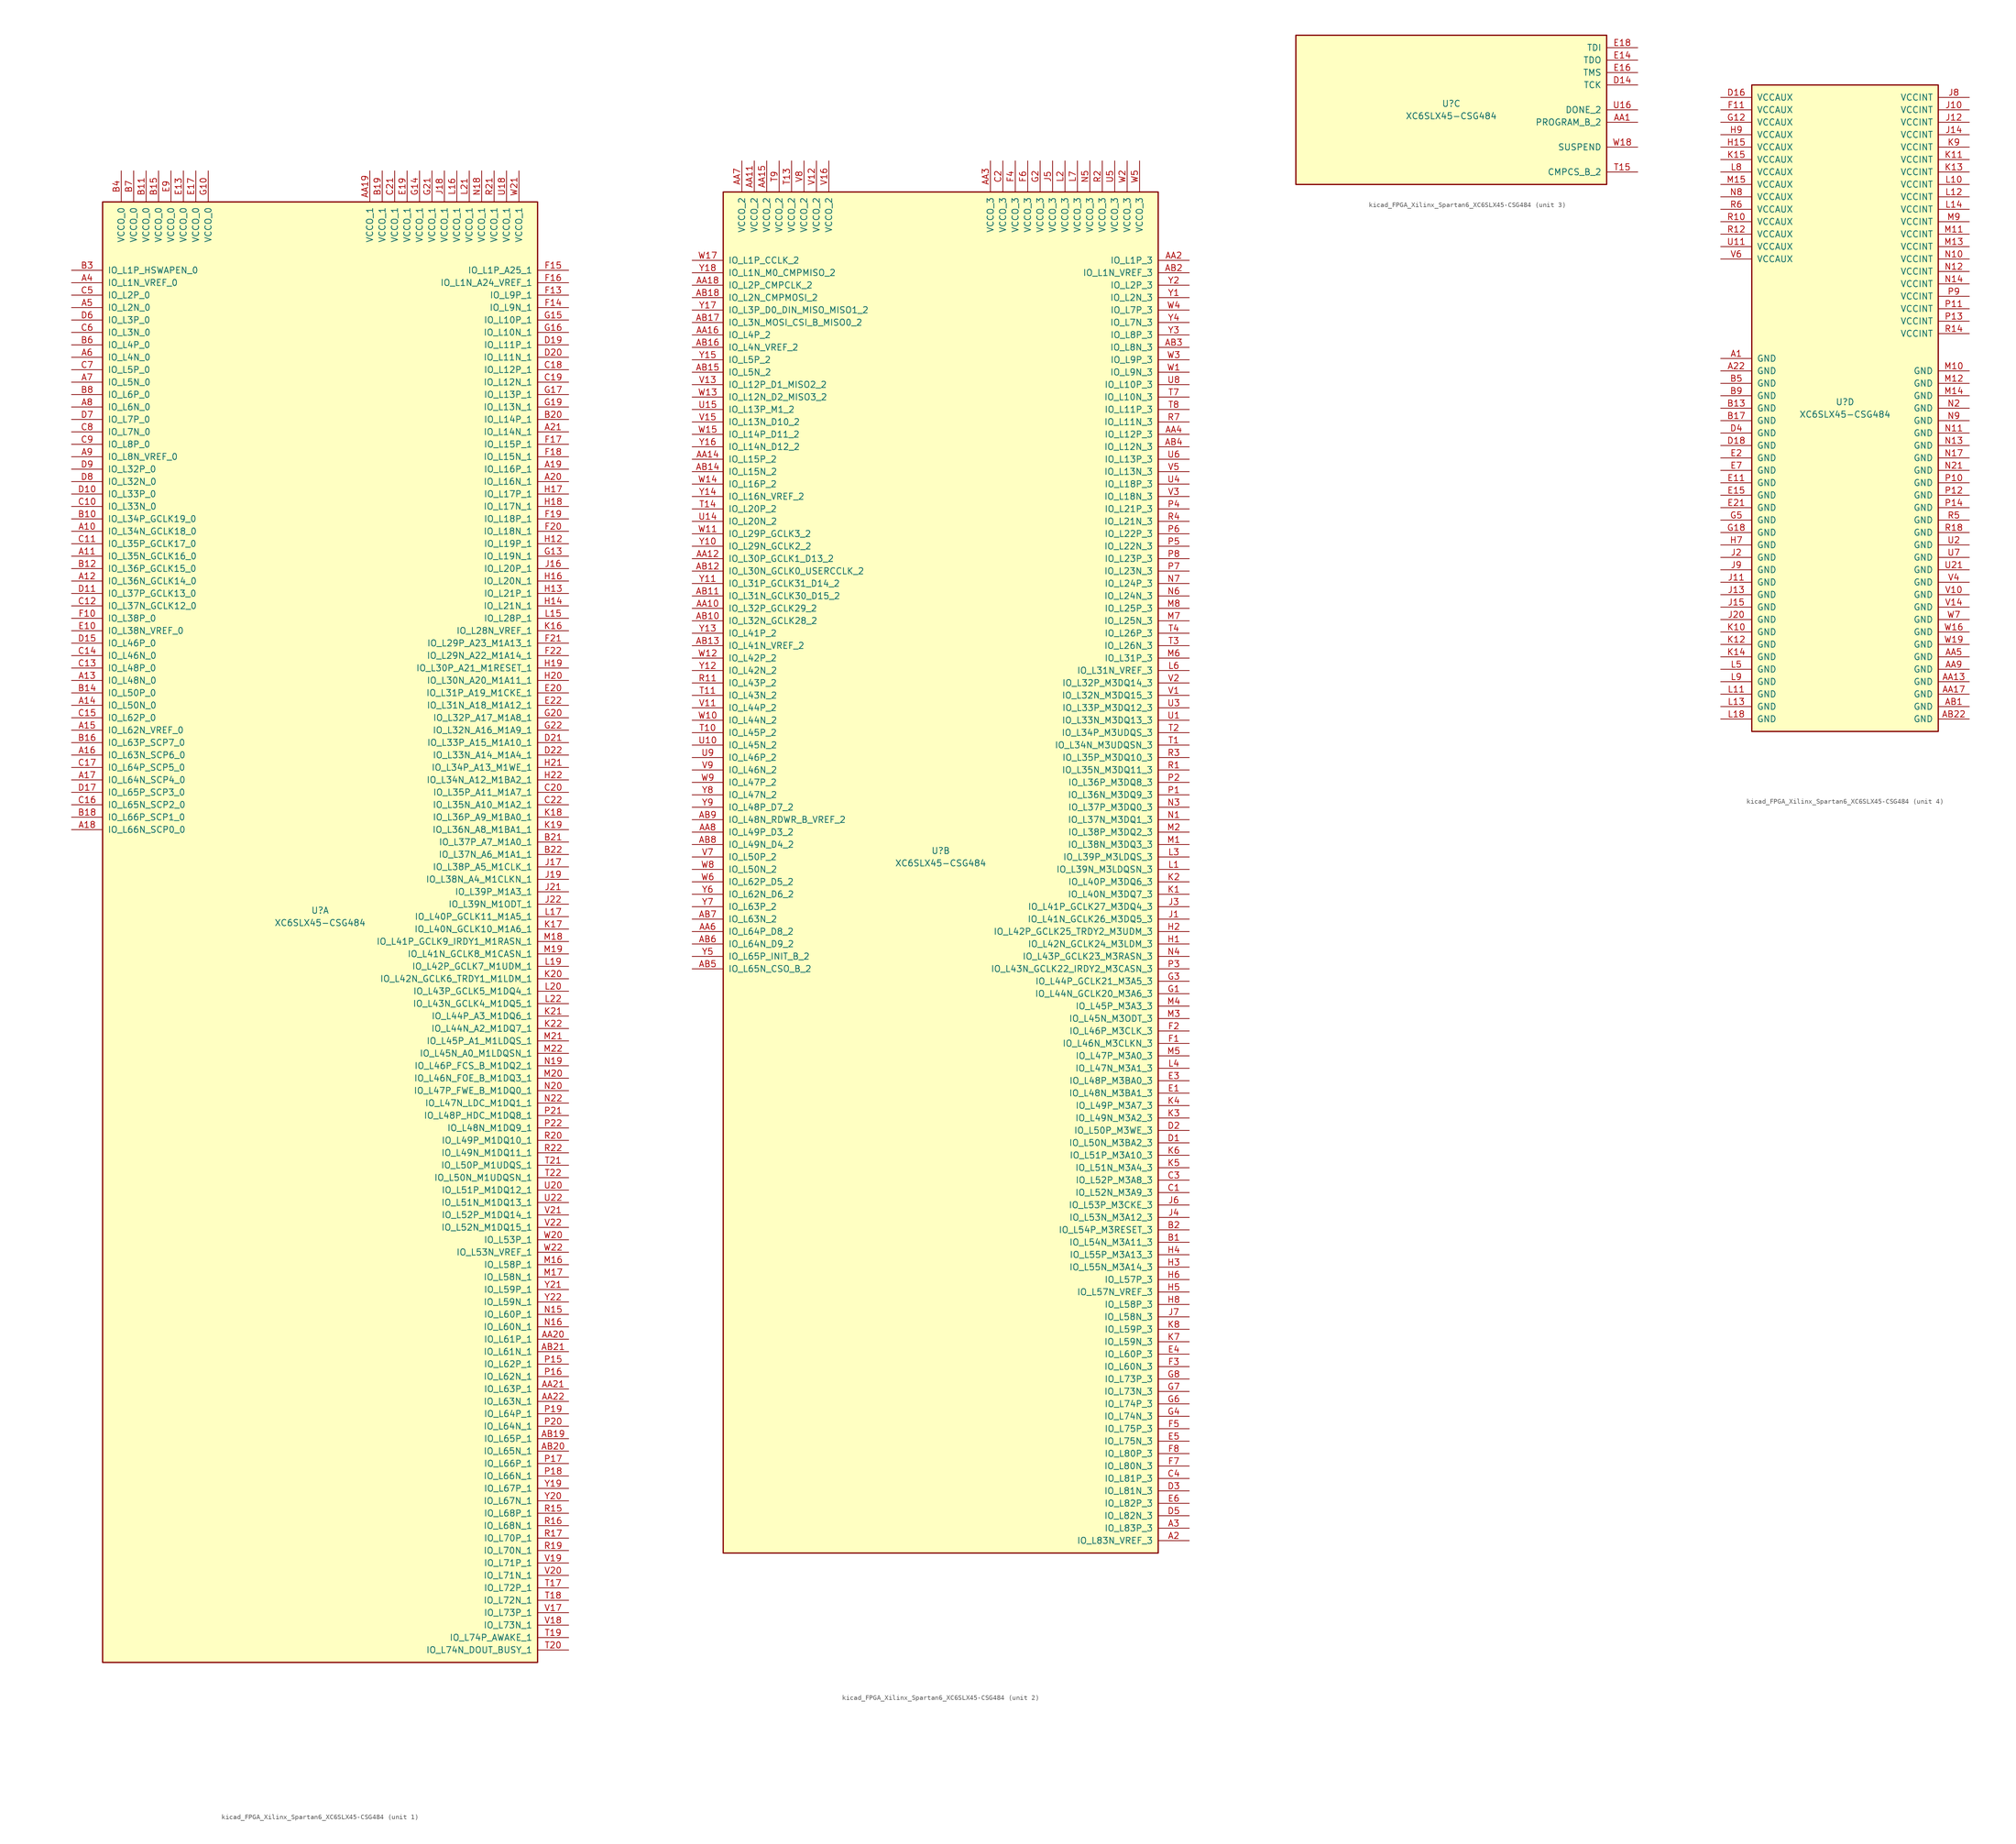
<source format=kicad_sym>
(kicad_symbol_lib
  (version 20220914)
  (generator kicad_symbol_editor)
  (symbol "kicad_FPGA_Xilinx_Spartan6_XC6SLX45-CSG484"
    (pin_names
      (offset 1.016))
    (property "Reference" "U"
      (at 0 1.27 0)
      (effects (font (size 1.27 1.27))))
    (property "Value" "XC6SLX45-CSG484"
      (at 0 -1.27 0)
      (effects (font (size 1.27 1.27))))
    (property "Datasheet" ""
      (at 0 0 0)
      (effects (font (size 1.27 1.27))))
    (property "ki_locked" ""
      (at 0 0 0)
      (effects (font (size 1.27 1.27))))
    (symbol "kicad_FPGA_Xilinx_Spartan6_XC6SLX45-CSG484_1_1"
      (rectangle (start -44.45 146.05) (end 44.45 -152.4) (stroke (width 0.254) (type default)) (fill (type background)))
      (pin bidirectional line (at -50.8 78.74 0) (length 6.35) (name "IO_L34N_GCLK18_0" (effects (font (size 1.27 1.27)))) (number "A10" (effects (font (size 1.27 1.27)))))
      (pin bidirectional line (at -50.8 73.66 0) (length 6.35) (name "IO_L35N_GCLK16_0" (effects (font (size 1.27 1.27)))) (number "A11" (effects (font (size 1.27 1.27)))))
      (pin bidirectional line (at -50.8 68.58 0) (length 6.35) (name "IO_L36N_GCLK14_0" (effects (font (size 1.27 1.27)))) (number "A12" (effects (font (size 1.27 1.27)))))
      (pin bidirectional line (at -50.8 48.26 0) (length 6.35) (name "IO_L48N_0" (effects (font (size 1.27 1.27)))) (number "A13" (effects (font (size 1.27 1.27)))))
      (pin bidirectional line (at -50.8 43.18 0) (length 6.35) (name "IO_L50N_0" (effects (font (size 1.27 1.27)))) (number "A14" (effects (font (size 1.27 1.27)))))
      (pin bidirectional line (at -50.8 38.1 0) (length 6.35) (name "IO_L62N_VREF_0" (effects (font (size 1.27 1.27)))) (number "A15" (effects (font (size 1.27 1.27)))))
      (pin bidirectional line (at -50.8 33.02 0) (length 6.35) (name "IO_L63N_SCP6_0" (effects (font (size 1.27 1.27)))) (number "A16" (effects (font (size 1.27 1.27)))))
      (pin bidirectional line (at -50.8 27.94 0) (length 6.35) (name "IO_L64N_SCP4_0" (effects (font (size 1.27 1.27)))) (number "A17" (effects (font (size 1.27 1.27)))))
      (pin bidirectional line (at -50.8 17.78 0) (length 6.35) (name "IO_L66N_SCP0_0" (effects (font (size 1.27 1.27)))) (number "A18" (effects (font (size 1.27 1.27)))))
      (pin bidirectional line (at 50.8 91.44 180) (length 6.35) (name "IO_L16P_1" (effects (font (size 1.27 1.27)))) (number "A19" (effects (font (size 1.27 1.27)))))
      (pin bidirectional line (at 50.8 88.9 180) (length 6.35) (name "IO_L16N_1" (effects (font (size 1.27 1.27)))) (number "A20" (effects (font (size 1.27 1.27)))))
      (pin bidirectional line (at 50.8 99.06 180) (length 6.35) (name "IO_L14N_1" (effects (font (size 1.27 1.27)))) (number "A21" (effects (font (size 1.27 1.27)))))
      (pin bidirectional line (at -50.8 129.54 0) (length 6.35) (name "IO_L1N_VREF_0" (effects (font (size 1.27 1.27)))) (number "A4" (effects (font (size 1.27 1.27)))))
      (pin bidirectional line (at -50.8 124.46 0) (length 6.35) (name "IO_L2N_0" (effects (font (size 1.27 1.27)))) (number "A5" (effects (font (size 1.27 1.27)))))
      (pin bidirectional line (at -50.8 114.3 0) (length 6.35) (name "IO_L4N_0" (effects (font (size 1.27 1.27)))) (number "A6" (effects (font (size 1.27 1.27)))))
      (pin bidirectional line (at -50.8 109.22 0) (length 6.35) (name "IO_L5N_0" (effects (font (size 1.27 1.27)))) (number "A7" (effects (font (size 1.27 1.27)))))
      (pin bidirectional line (at -50.8 104.14 0) (length 6.35) (name "IO_L6N_0" (effects (font (size 1.27 1.27)))) (number "A8" (effects (font (size 1.27 1.27)))))
      (pin bidirectional line (at -50.8 93.98 0) (length 6.35) (name "IO_L8N_VREF_0" (effects (font (size 1.27 1.27)))) (number "A9" (effects (font (size 1.27 1.27)))))
      (pin power_in line (at 10.16 152.4 270) (length 6.35) (name "VCCO_1" (effects (font (size 1.27 1.27)))) (number "AA19" (effects (font (size 1.27 1.27)))))
      (pin bidirectional line (at 50.8 -86.36 180) (length 6.35) (name "IO_L61P_1" (effects (font (size 1.27 1.27)))) (number "AA20" (effects (font (size 1.27 1.27)))))
      (pin bidirectional line (at 50.8 -96.52 180) (length 6.35) (name "IO_L63P_1" (effects (font (size 1.27 1.27)))) (number "AA21" (effects (font (size 1.27 1.27)))))
      (pin bidirectional line (at 50.8 -99.06 180) (length 6.35) (name "IO_L63N_1" (effects (font (size 1.27 1.27)))) (number "AA22" (effects (font (size 1.27 1.27)))))
      (pin bidirectional line (at 50.8 -106.68 180) (length 6.35) (name "IO_L65P_1" (effects (font (size 1.27 1.27)))) (number "AB19" (effects (font (size 1.27 1.27)))))
      (pin bidirectional line (at 50.8 -109.22 180) (length 6.35) (name "IO_L65N_1" (effects (font (size 1.27 1.27)))) (number "AB20" (effects (font (size 1.27 1.27)))))
      (pin bidirectional line (at 50.8 -88.9 180) (length 6.35) (name "IO_L61N_1" (effects (font (size 1.27 1.27)))) (number "AB21" (effects (font (size 1.27 1.27)))))
      (pin bidirectional line (at -50.8 81.28 0) (length 6.35) (name "IO_L34P_GCLK19_0" (effects (font (size 1.27 1.27)))) (number "B10" (effects (font (size 1.27 1.27)))))
      (pin power_in line (at -35.56 152.4 270) (length 6.35) (name "VCCO_0" (effects (font (size 1.27 1.27)))) (number "B11" (effects (font (size 1.27 1.27)))))
      (pin bidirectional line (at -50.8 71.12 0) (length 6.35) (name "IO_L36P_GCLK15_0" (effects (font (size 1.27 1.27)))) (number "B12" (effects (font (size 1.27 1.27)))))
      (pin bidirectional line (at -50.8 45.72 0) (length 6.35) (name "IO_L50P_0" (effects (font (size 1.27 1.27)))) (number "B14" (effects (font (size 1.27 1.27)))))
      (pin power_in line (at -33.02 152.4 270) (length 6.35) (name "VCCO_0" (effects (font (size 1.27 1.27)))) (number "B15" (effects (font (size 1.27 1.27)))))
      (pin bidirectional line (at -50.8 35.56 0) (length 6.35) (name "IO_L63P_SCP7_0" (effects (font (size 1.27 1.27)))) (number "B16" (effects (font (size 1.27 1.27)))))
      (pin bidirectional line (at -50.8 20.32 0) (length 6.35) (name "IO_L66P_SCP1_0" (effects (font (size 1.27 1.27)))) (number "B18" (effects (font (size 1.27 1.27)))))
      (pin power_in line (at 12.7 152.4 270) (length 6.35) (name "VCCO_1" (effects (font (size 1.27 1.27)))) (number "B19" (effects (font (size 1.27 1.27)))))
      (pin bidirectional line (at 50.8 101.6 180) (length 6.35) (name "IO_L14P_1" (effects (font (size 1.27 1.27)))) (number "B20" (effects (font (size 1.27 1.27)))))
      (pin bidirectional line (at 50.8 15.24 180) (length 6.35) (name "IO_L37P_A7_M1A0_1" (effects (font (size 1.27 1.27)))) (number "B21" (effects (font (size 1.27 1.27)))))
      (pin bidirectional line (at 50.8 12.7 180) (length 6.35) (name "IO_L37N_A6_M1A1_1" (effects (font (size 1.27 1.27)))) (number "B22" (effects (font (size 1.27 1.27)))))
      (pin bidirectional line (at -50.8 132.08 0) (length 6.35) (name "IO_L1P_HSWAPEN_0" (effects (font (size 1.27 1.27)))) (number "B3" (effects (font (size 1.27 1.27)))))
      (pin power_in line (at -40.64 152.4 270) (length 6.35) (name "VCCO_0" (effects (font (size 1.27 1.27)))) (number "B4" (effects (font (size 1.27 1.27)))))
      (pin bidirectional line (at -50.8 116.84 0) (length 6.35) (name "IO_L4P_0" (effects (font (size 1.27 1.27)))) (number "B6" (effects (font (size 1.27 1.27)))))
      (pin power_in line (at -38.1 152.4 270) (length 6.35) (name "VCCO_0" (effects (font (size 1.27 1.27)))) (number "B7" (effects (font (size 1.27 1.27)))))
      (pin bidirectional line (at -50.8 106.68 0) (length 6.35) (name "IO_L6P_0" (effects (font (size 1.27 1.27)))) (number "B8" (effects (font (size 1.27 1.27)))))
      (pin bidirectional line (at -50.8 83.82 0) (length 6.35) (name "IO_L33N_0" (effects (font (size 1.27 1.27)))) (number "C10" (effects (font (size 1.27 1.27)))))
      (pin bidirectional line (at -50.8 76.2 0) (length 6.35) (name "IO_L35P_GCLK17_0" (effects (font (size 1.27 1.27)))) (number "C11" (effects (font (size 1.27 1.27)))))
      (pin bidirectional line (at -50.8 63.5 0) (length 6.35) (name "IO_L37N_GCLK12_0" (effects (font (size 1.27 1.27)))) (number "C12" (effects (font (size 1.27 1.27)))))
      (pin bidirectional line (at -50.8 50.8 0) (length 6.35) (name "IO_L48P_0" (effects (font (size 1.27 1.27)))) (number "C13" (effects (font (size 1.27 1.27)))))
      (pin bidirectional line (at -50.8 53.34 0) (length 6.35) (name "IO_L46N_0" (effects (font (size 1.27 1.27)))) (number "C14" (effects (font (size 1.27 1.27)))))
      (pin bidirectional line (at -50.8 40.64 0) (length 6.35) (name "IO_L62P_0" (effects (font (size 1.27 1.27)))) (number "C15" (effects (font (size 1.27 1.27)))))
      (pin bidirectional line (at -50.8 22.86 0) (length 6.35) (name "IO_L65N_SCP2_0" (effects (font (size 1.27 1.27)))) (number "C16" (effects (font (size 1.27 1.27)))))
      (pin bidirectional line (at -50.8 30.48 0) (length 6.35) (name "IO_L64P_SCP5_0" (effects (font (size 1.27 1.27)))) (number "C17" (effects (font (size 1.27 1.27)))))
      (pin bidirectional line (at 50.8 111.76 180) (length 6.35) (name "IO_L12P_1" (effects (font (size 1.27 1.27)))) (number "C18" (effects (font (size 1.27 1.27)))))
      (pin bidirectional line (at 50.8 109.22 180) (length 6.35) (name "IO_L12N_1" (effects (font (size 1.27 1.27)))) (number "C19" (effects (font (size 1.27 1.27)))))
      (pin bidirectional line (at 50.8 25.4 180) (length 6.35) (name "IO_L35P_A11_M1A7_1" (effects (font (size 1.27 1.27)))) (number "C20" (effects (font (size 1.27 1.27)))))
      (pin power_in line (at 15.24 152.4 270) (length 6.35) (name "VCCO_1" (effects (font (size 1.27 1.27)))) (number "C21" (effects (font (size 1.27 1.27)))))
      (pin bidirectional line (at 50.8 22.86 180) (length 6.35) (name "IO_L35N_A10_M1A2_1" (effects (font (size 1.27 1.27)))) (number "C22" (effects (font (size 1.27 1.27)))))
      (pin bidirectional line (at -50.8 127 0) (length 6.35) (name "IO_L2P_0" (effects (font (size 1.27 1.27)))) (number "C5" (effects (font (size 1.27 1.27)))))
      (pin bidirectional line (at -50.8 119.38 0) (length 6.35) (name "IO_L3N_0" (effects (font (size 1.27 1.27)))) (number "C6" (effects (font (size 1.27 1.27)))))
      (pin bidirectional line (at -50.8 111.76 0) (length 6.35) (name "IO_L5P_0" (effects (font (size 1.27 1.27)))) (number "C7" (effects (font (size 1.27 1.27)))))
      (pin bidirectional line (at -50.8 99.06 0) (length 6.35) (name "IO_L7N_0" (effects (font (size 1.27 1.27)))) (number "C8" (effects (font (size 1.27 1.27)))))
      (pin bidirectional line (at -50.8 96.52 0) (length 6.35) (name "IO_L8P_0" (effects (font (size 1.27 1.27)))) (number "C9" (effects (font (size 1.27 1.27)))))
      (pin bidirectional line (at -50.8 86.36 0) (length 6.35) (name "IO_L33P_0" (effects (font (size 1.27 1.27)))) (number "D10" (effects (font (size 1.27 1.27)))))
      (pin bidirectional line (at -50.8 66.04 0) (length 6.35) (name "IO_L37P_GCLK13_0" (effects (font (size 1.27 1.27)))) (number "D11" (effects (font (size 1.27 1.27)))))
      (pin bidirectional line (at -50.8 55.88 0) (length 6.35) (name "IO_L46P_0" (effects (font (size 1.27 1.27)))) (number "D15" (effects (font (size 1.27 1.27)))))
      (pin bidirectional line (at -50.8 25.4 0) (length 6.35) (name "IO_L65P_SCP3_0" (effects (font (size 1.27 1.27)))) (number "D17" (effects (font (size 1.27 1.27)))))
      (pin bidirectional line (at 50.8 116.84 180) (length 6.35) (name "IO_L11P_1" (effects (font (size 1.27 1.27)))) (number "D19" (effects (font (size 1.27 1.27)))))
      (pin bidirectional line (at 50.8 114.3 180) (length 6.35) (name "IO_L11N_1" (effects (font (size 1.27 1.27)))) (number "D20" (effects (font (size 1.27 1.27)))))
      (pin bidirectional line (at 50.8 35.56 180) (length 6.35) (name "IO_L33P_A15_M1A10_1" (effects (font (size 1.27 1.27)))) (number "D21" (effects (font (size 1.27 1.27)))))
      (pin bidirectional line (at 50.8 33.02 180) (length 6.35) (name "IO_L33N_A14_M1A4_1" (effects (font (size 1.27 1.27)))) (number "D22" (effects (font (size 1.27 1.27)))))
      (pin bidirectional line (at -50.8 121.92 0) (length 6.35) (name "IO_L3P_0" (effects (font (size 1.27 1.27)))) (number "D6" (effects (font (size 1.27 1.27)))))
      (pin bidirectional line (at -50.8 101.6 0) (length 6.35) (name "IO_L7P_0" (effects (font (size 1.27 1.27)))) (number "D7" (effects (font (size 1.27 1.27)))))
      (pin bidirectional line (at -50.8 88.9 0) (length 6.35) (name "IO_L32N_0" (effects (font (size 1.27 1.27)))) (number "D8" (effects (font (size 1.27 1.27)))))
      (pin bidirectional line (at -50.8 91.44 0) (length 6.35) (name "IO_L32P_0" (effects (font (size 1.27 1.27)))) (number "D9" (effects (font (size 1.27 1.27)))))
      (pin bidirectional line (at -50.8 58.42 0) (length 6.35) (name "IO_L38N_VREF_0" (effects (font (size 1.27 1.27)))) (number "E10" (effects (font (size 1.27 1.27)))))
      (pin power_in line (at -27.94 152.4 270) (length 6.35) (name "VCCO_0" (effects (font (size 1.27 1.27)))) (number "E13" (effects (font (size 1.27 1.27)))))
      (pin power_in line (at -25.4 152.4 270) (length 6.35) (name "VCCO_0" (effects (font (size 1.27 1.27)))) (number "E17" (effects (font (size 1.27 1.27)))))
      (pin power_in line (at 17.78 152.4 270) (length 6.35) (name "VCCO_1" (effects (font (size 1.27 1.27)))) (number "E19" (effects (font (size 1.27 1.27)))))
      (pin bidirectional line (at 50.8 45.72 180) (length 6.35) (name "IO_L31P_A19_M1CKE_1" (effects (font (size 1.27 1.27)))) (number "E20" (effects (font (size 1.27 1.27)))))
      (pin bidirectional line (at 50.8 43.18 180) (length 6.35) (name "IO_L31N_A18_M1A12_1" (effects (font (size 1.27 1.27)))) (number "E22" (effects (font (size 1.27 1.27)))))
      (pin power_in line (at -30.48 152.4 270) (length 6.35) (name "VCCO_0" (effects (font (size 1.27 1.27)))) (number "E9" (effects (font (size 1.27 1.27)))))
      (pin bidirectional line (at -50.8 60.96 0) (length 6.35) (name "IO_L38P_0" (effects (font (size 1.27 1.27)))) (number "F10" (effects (font (size 1.27 1.27)))))
      (pin bidirectional line (at 50.8 127 180) (length 6.35) (name "IO_L9P_1" (effects (font (size 1.27 1.27)))) (number "F13" (effects (font (size 1.27 1.27)))))
      (pin bidirectional line (at 50.8 124.46 180) (length 6.35) (name "IO_L9N_1" (effects (font (size 1.27 1.27)))) (number "F14" (effects (font (size 1.27 1.27)))))
      (pin bidirectional line (at 50.8 132.08 180) (length 6.35) (name "IO_L1P_A25_1" (effects (font (size 1.27 1.27)))) (number "F15" (effects (font (size 1.27 1.27)))))
      (pin bidirectional line (at 50.8 129.54 180) (length 6.35) (name "IO_L1N_A24_VREF_1" (effects (font (size 1.27 1.27)))) (number "F16" (effects (font (size 1.27 1.27)))))
      (pin bidirectional line (at 50.8 96.52 180) (length 6.35) (name "IO_L15P_1" (effects (font (size 1.27 1.27)))) (number "F17" (effects (font (size 1.27 1.27)))))
      (pin bidirectional line (at 50.8 93.98 180) (length 6.35) (name "IO_L15N_1" (effects (font (size 1.27 1.27)))) (number "F18" (effects (font (size 1.27 1.27)))))
      (pin bidirectional line (at 50.8 81.28 180) (length 6.35) (name "IO_L18P_1" (effects (font (size 1.27 1.27)))) (number "F19" (effects (font (size 1.27 1.27)))))
      (pin bidirectional line (at 50.8 78.74 180) (length 6.35) (name "IO_L18N_1" (effects (font (size 1.27 1.27)))) (number "F20" (effects (font (size 1.27 1.27)))))
      (pin bidirectional line (at 50.8 55.88 180) (length 6.35) (name "IO_L29P_A23_M1A13_1" (effects (font (size 1.27 1.27)))) (number "F21" (effects (font (size 1.27 1.27)))))
      (pin bidirectional line (at 50.8 53.34 180) (length 6.35) (name "IO_L29N_A22_M1A14_1" (effects (font (size 1.27 1.27)))) (number "F22" (effects (font (size 1.27 1.27)))))
      (pin power_in line (at -22.86 152.4 270) (length 6.35) (name "VCCO_0" (effects (font (size 1.27 1.27)))) (number "G10" (effects (font (size 1.27 1.27)))))
      (pin bidirectional line (at 50.8 73.66 180) (length 6.35) (name "IO_L19N_1" (effects (font (size 1.27 1.27)))) (number "G13" (effects (font (size 1.27 1.27)))))
      (pin power_in line (at 20.32 152.4 270) (length 6.35) (name "VCCO_1" (effects (font (size 1.27 1.27)))) (number "G14" (effects (font (size 1.27 1.27)))))
      (pin bidirectional line (at 50.8 121.92 180) (length 6.35) (name "IO_L10P_1" (effects (font (size 1.27 1.27)))) (number "G15" (effects (font (size 1.27 1.27)))))
      (pin bidirectional line (at 50.8 119.38 180) (length 6.35) (name "IO_L10N_1" (effects (font (size 1.27 1.27)))) (number "G16" (effects (font (size 1.27 1.27)))))
      (pin bidirectional line (at 50.8 106.68 180) (length 6.35) (name "IO_L13P_1" (effects (font (size 1.27 1.27)))) (number "G17" (effects (font (size 1.27 1.27)))))
      (pin bidirectional line (at 50.8 104.14 180) (length 6.35) (name "IO_L13N_1" (effects (font (size 1.27 1.27)))) (number "G19" (effects (font (size 1.27 1.27)))))
      (pin bidirectional line (at 50.8 40.64 180) (length 6.35) (name "IO_L32P_A17_M1A8_1" (effects (font (size 1.27 1.27)))) (number "G20" (effects (font (size 1.27 1.27)))))
      (pin power_in line (at 22.86 152.4 270) (length 6.35) (name "VCCO_1" (effects (font (size 1.27 1.27)))) (number "G21" (effects (font (size 1.27 1.27)))))
      (pin bidirectional line (at 50.8 38.1 180) (length 6.35) (name "IO_L32N_A16_M1A9_1" (effects (font (size 1.27 1.27)))) (number "G22" (effects (font (size 1.27 1.27)))))
      (pin bidirectional line (at 50.8 76.2 180) (length 6.35) (name "IO_L19P_1" (effects (font (size 1.27 1.27)))) (number "H12" (effects (font (size 1.27 1.27)))))
      (pin bidirectional line (at 50.8 66.04 180) (length 6.35) (name "IO_L21P_1" (effects (font (size 1.27 1.27)))) (number "H13" (effects (font (size 1.27 1.27)))))
      (pin bidirectional line (at 50.8 63.5 180) (length 6.35) (name "IO_L21N_1" (effects (font (size 1.27 1.27)))) (number "H14" (effects (font (size 1.27 1.27)))))
      (pin bidirectional line (at 50.8 68.58 180) (length 6.35) (name "IO_L20N_1" (effects (font (size 1.27 1.27)))) (number "H16" (effects (font (size 1.27 1.27)))))
      (pin bidirectional line (at 50.8 86.36 180) (length 6.35) (name "IO_L17P_1" (effects (font (size 1.27 1.27)))) (number "H17" (effects (font (size 1.27 1.27)))))
      (pin bidirectional line (at 50.8 83.82 180) (length 6.35) (name "IO_L17N_1" (effects (font (size 1.27 1.27)))) (number "H18" (effects (font (size 1.27 1.27)))))
      (pin bidirectional line (at 50.8 50.8 180) (length 6.35) (name "IO_L30P_A21_M1RESET_1" (effects (font (size 1.27 1.27)))) (number "H19" (effects (font (size 1.27 1.27)))))
      (pin bidirectional line (at 50.8 48.26 180) (length 6.35) (name "IO_L30N_A20_M1A11_1" (effects (font (size 1.27 1.27)))) (number "H20" (effects (font (size 1.27 1.27)))))
      (pin bidirectional line (at 50.8 30.48 180) (length 6.35) (name "IO_L34P_A13_M1WE_1" (effects (font (size 1.27 1.27)))) (number "H21" (effects (font (size 1.27 1.27)))))
      (pin bidirectional line (at 50.8 27.94 180) (length 6.35) (name "IO_L34N_A12_M1BA2_1" (effects (font (size 1.27 1.27)))) (number "H22" (effects (font (size 1.27 1.27)))))
      (pin bidirectional line (at 50.8 71.12 180) (length 6.35) (name "IO_L20P_1" (effects (font (size 1.27 1.27)))) (number "J16" (effects (font (size 1.27 1.27)))))
      (pin bidirectional line (at 50.8 10.16 180) (length 6.35) (name "IO_L38P_A5_M1CLK_1" (effects (font (size 1.27 1.27)))) (number "J17" (effects (font (size 1.27 1.27)))))
      (pin power_in line (at 25.4 152.4 270) (length 6.35) (name "VCCO_1" (effects (font (size 1.27 1.27)))) (number "J18" (effects (font (size 1.27 1.27)))))
      (pin bidirectional line (at 50.8 7.62 180) (length 6.35) (name "IO_L38N_A4_M1CLKN_1" (effects (font (size 1.27 1.27)))) (number "J19" (effects (font (size 1.27 1.27)))))
      (pin bidirectional line (at 50.8 5.08 180) (length 6.35) (name "IO_L39P_M1A3_1" (effects (font (size 1.27 1.27)))) (number "J21" (effects (font (size 1.27 1.27)))))
      (pin bidirectional line (at 50.8 2.54 180) (length 6.35) (name "IO_L39N_M1ODT_1" (effects (font (size 1.27 1.27)))) (number "J22" (effects (font (size 1.27 1.27)))))
      (pin bidirectional line (at 50.8 58.42 180) (length 6.35) (name "IO_L28N_VREF_1" (effects (font (size 1.27 1.27)))) (number "K16" (effects (font (size 1.27 1.27)))))
      (pin bidirectional line (at 50.8 -2.54 180) (length 6.35) (name "IO_L40N_GCLK10_M1A6_1" (effects (font (size 1.27 1.27)))) (number "K17" (effects (font (size 1.27 1.27)))))
      (pin bidirectional line (at 50.8 20.32 180) (length 6.35) (name "IO_L36P_A9_M1BA0_1" (effects (font (size 1.27 1.27)))) (number "K18" (effects (font (size 1.27 1.27)))))
      (pin bidirectional line (at 50.8 17.78 180) (length 6.35) (name "IO_L36N_A8_M1BA1_1" (effects (font (size 1.27 1.27)))) (number "K19" (effects (font (size 1.27 1.27)))))
      (pin bidirectional line (at 50.8 -12.7 180) (length 6.35) (name "IO_L42N_GCLK6_TRDY1_M1LDM_1" (effects (font (size 1.27 1.27)))) (number "K20" (effects (font (size 1.27 1.27)))))
      (pin bidirectional line (at 50.8 -20.32 180) (length 6.35) (name "IO_L44P_A3_M1DQ6_1" (effects (font (size 1.27 1.27)))) (number "K21" (effects (font (size 1.27 1.27)))))
      (pin bidirectional line (at 50.8 -22.86 180) (length 6.35) (name "IO_L44N_A2_M1DQ7_1" (effects (font (size 1.27 1.27)))) (number "K22" (effects (font (size 1.27 1.27)))))
      (pin bidirectional line (at 50.8 60.96 180) (length 6.35) (name "IO_L28P_1" (effects (font (size 1.27 1.27)))) (number "L15" (effects (font (size 1.27 1.27)))))
      (pin power_in line (at 27.94 152.4 270) (length 6.35) (name "VCCO_1" (effects (font (size 1.27 1.27)))) (number "L16" (effects (font (size 1.27 1.27)))))
      (pin bidirectional line (at 50.8 0 180) (length 6.35) (name "IO_L40P_GCLK11_M1A5_1" (effects (font (size 1.27 1.27)))) (number "L17" (effects (font (size 1.27 1.27)))))
      (pin bidirectional line (at 50.8 -10.16 180) (length 6.35) (name "IO_L42P_GCLK7_M1UDM_1" (effects (font (size 1.27 1.27)))) (number "L19" (effects (font (size 1.27 1.27)))))
      (pin bidirectional line (at 50.8 -15.24 180) (length 6.35) (name "IO_L43P_GCLK5_M1DQ4_1" (effects (font (size 1.27 1.27)))) (number "L20" (effects (font (size 1.27 1.27)))))
      (pin power_in line (at 30.48 152.4 270) (length 6.35) (name "VCCO_1" (effects (font (size 1.27 1.27)))) (number "L21" (effects (font (size 1.27 1.27)))))
      (pin bidirectional line (at 50.8 -17.78 180) (length 6.35) (name "IO_L43N_GCLK4_M1DQ5_1" (effects (font (size 1.27 1.27)))) (number "L22" (effects (font (size 1.27 1.27)))))
      (pin bidirectional line (at 50.8 -71.12 180) (length 6.35) (name "IO_L58P_1" (effects (font (size 1.27 1.27)))) (number "M16" (effects (font (size 1.27 1.27)))))
      (pin bidirectional line (at 50.8 -73.66 180) (length 6.35) (name "IO_L58N_1" (effects (font (size 1.27 1.27)))) (number "M17" (effects (font (size 1.27 1.27)))))
      (pin bidirectional line (at 50.8 -5.08 180) (length 6.35) (name "IO_L41P_GCLK9_IRDY1_M1RASN_1" (effects (font (size 1.27 1.27)))) (number "M18" (effects (font (size 1.27 1.27)))))
      (pin bidirectional line (at 50.8 -7.62 180) (length 6.35) (name "IO_L41N_GCLK8_M1CASN_1" (effects (font (size 1.27 1.27)))) (number "M19" (effects (font (size 1.27 1.27)))))
      (pin bidirectional line (at 50.8 -33.02 180) (length 6.35) (name "IO_L46N_FOE_B_M1DQ3_1" (effects (font (size 1.27 1.27)))) (number "M20" (effects (font (size 1.27 1.27)))))
      (pin bidirectional line (at 50.8 -25.4 180) (length 6.35) (name "IO_L45P_A1_M1LDQS_1" (effects (font (size 1.27 1.27)))) (number "M21" (effects (font (size 1.27 1.27)))))
      (pin bidirectional line (at 50.8 -27.94 180) (length 6.35) (name "IO_L45N_A0_M1LDQSN_1" (effects (font (size 1.27 1.27)))) (number "M22" (effects (font (size 1.27 1.27)))))
      (pin bidirectional line (at 50.8 -81.28 180) (length 6.35) (name "IO_L60P_1" (effects (font (size 1.27 1.27)))) (number "N15" (effects (font (size 1.27 1.27)))))
      (pin bidirectional line (at 50.8 -83.82 180) (length 6.35) (name "IO_L60N_1" (effects (font (size 1.27 1.27)))) (number "N16" (effects (font (size 1.27 1.27)))))
      (pin power_in line (at 33.02 152.4 270) (length 6.35) (name "VCCO_1" (effects (font (size 1.27 1.27)))) (number "N18" (effects (font (size 1.27 1.27)))))
      (pin bidirectional line (at 50.8 -30.48 180) (length 6.35) (name "IO_L46P_FCS_B_M1DQ2_1" (effects (font (size 1.27 1.27)))) (number "N19" (effects (font (size 1.27 1.27)))))
      (pin bidirectional line (at 50.8 -35.56 180) (length 6.35) (name "IO_L47P_FWE_B_M1DQ0_1" (effects (font (size 1.27 1.27)))) (number "N20" (effects (font (size 1.27 1.27)))))
      (pin bidirectional line (at 50.8 -38.1 180) (length 6.35) (name "IO_L47N_LDC_M1DQ1_1" (effects (font (size 1.27 1.27)))) (number "N22" (effects (font (size 1.27 1.27)))))
      (pin bidirectional line (at 50.8 -91.44 180) (length 6.35) (name "IO_L62P_1" (effects (font (size 1.27 1.27)))) (number "P15" (effects (font (size 1.27 1.27)))))
      (pin bidirectional line (at 50.8 -93.98 180) (length 6.35) (name "IO_L62N_1" (effects (font (size 1.27 1.27)))) (number "P16" (effects (font (size 1.27 1.27)))))
      (pin bidirectional line (at 50.8 -111.76 180) (length 6.35) (name "IO_L66P_1" (effects (font (size 1.27 1.27)))) (number "P17" (effects (font (size 1.27 1.27)))))
      (pin bidirectional line (at 50.8 -114.3 180) (length 6.35) (name "IO_L66N_1" (effects (font (size 1.27 1.27)))) (number "P18" (effects (font (size 1.27 1.27)))))
      (pin bidirectional line (at 50.8 -101.6 180) (length 6.35) (name "IO_L64P_1" (effects (font (size 1.27 1.27)))) (number "P19" (effects (font (size 1.27 1.27)))))
      (pin bidirectional line (at 50.8 -104.14 180) (length 6.35) (name "IO_L64N_1" (effects (font (size 1.27 1.27)))) (number "P20" (effects (font (size 1.27 1.27)))))
      (pin bidirectional line (at 50.8 -40.64 180) (length 6.35) (name "IO_L48P_HDC_M1DQ8_1" (effects (font (size 1.27 1.27)))) (number "P21" (effects (font (size 1.27 1.27)))))
      (pin bidirectional line (at 50.8 -43.18 180) (length 6.35) (name "IO_L48N_M1DQ9_1" (effects (font (size 1.27 1.27)))) (number "P22" (effects (font (size 1.27 1.27)))))
      (pin bidirectional line (at 50.8 -121.92 180) (length 6.35) (name "IO_L68P_1" (effects (font (size 1.27 1.27)))) (number "R15" (effects (font (size 1.27 1.27)))))
      (pin bidirectional line (at 50.8 -124.46 180) (length 6.35) (name "IO_L68N_1" (effects (font (size 1.27 1.27)))) (number "R16" (effects (font (size 1.27 1.27)))))
      (pin bidirectional line (at 50.8 -127 180) (length 6.35) (name "IO_L70P_1" (effects (font (size 1.27 1.27)))) (number "R17" (effects (font (size 1.27 1.27)))))
      (pin bidirectional line (at 50.8 -129.54 180) (length 6.35) (name "IO_L70N_1" (effects (font (size 1.27 1.27)))) (number "R19" (effects (font (size 1.27 1.27)))))
      (pin bidirectional line (at 50.8 -45.72 180) (length 6.35) (name "IO_L49P_M1DQ10_1" (effects (font (size 1.27 1.27)))) (number "R20" (effects (font (size 1.27 1.27)))))
      (pin power_in line (at 35.56 152.4 270) (length 6.35) (name "VCCO_1" (effects (font (size 1.27 1.27)))) (number "R21" (effects (font (size 1.27 1.27)))))
      (pin bidirectional line (at 50.8 -48.26 180) (length 6.35) (name "IO_L49N_M1DQ11_1" (effects (font (size 1.27 1.27)))) (number "R22" (effects (font (size 1.27 1.27)))))
      (pin bidirectional line (at 50.8 -137.16 180) (length 6.35) (name "IO_L72P_1" (effects (font (size 1.27 1.27)))) (number "T17" (effects (font (size 1.27 1.27)))))
      (pin bidirectional line (at 50.8 -139.7 180) (length 6.35) (name "IO_L72N_1" (effects (font (size 1.27 1.27)))) (number "T18" (effects (font (size 1.27 1.27)))))
      (pin bidirectional line (at 50.8 -147.32 180) (length 6.35) (name "IO_L74P_AWAKE_1" (effects (font (size 1.27 1.27)))) (number "T19" (effects (font (size 1.27 1.27)))))
      (pin bidirectional line (at 50.8 -149.86 180) (length 6.35) (name "IO_L74N_DOUT_BUSY_1" (effects (font (size 1.27 1.27)))) (number "T20" (effects (font (size 1.27 1.27)))))
      (pin bidirectional line (at 50.8 -50.8 180) (length 6.35) (name "IO_L50P_M1UDQS_1" (effects (font (size 1.27 1.27)))) (number "T21" (effects (font (size 1.27 1.27)))))
      (pin bidirectional line (at 50.8 -53.34 180) (length 6.35) (name "IO_L50N_M1UDQSN_1" (effects (font (size 1.27 1.27)))) (number "T22" (effects (font (size 1.27 1.27)))))
      (pin power_in line (at 38.1 152.4 270) (length 6.35) (name "VCCO_1" (effects (font (size 1.27 1.27)))) (number "U18" (effects (font (size 1.27 1.27)))))
      (pin bidirectional line (at 50.8 -55.88 180) (length 6.35) (name "IO_L51P_M1DQ12_1" (effects (font (size 1.27 1.27)))) (number "U20" (effects (font (size 1.27 1.27)))))
      (pin bidirectional line (at 50.8 -58.42 180) (length 6.35) (name "IO_L51N_M1DQ13_1" (effects (font (size 1.27 1.27)))) (number "U22" (effects (font (size 1.27 1.27)))))
      (pin bidirectional line (at 50.8 -142.24 180) (length 6.35) (name "IO_L73P_1" (effects (font (size 1.27 1.27)))) (number "V17" (effects (font (size 1.27 1.27)))))
      (pin bidirectional line (at 50.8 -144.78 180) (length 6.35) (name "IO_L73N_1" (effects (font (size 1.27 1.27)))) (number "V18" (effects (font (size 1.27 1.27)))))
      (pin bidirectional line (at 50.8 -132.08 180) (length 6.35) (name "IO_L71P_1" (effects (font (size 1.27 1.27)))) (number "V19" (effects (font (size 1.27 1.27)))))
      (pin bidirectional line (at 50.8 -134.62 180) (length 6.35) (name "IO_L71N_1" (effects (font (size 1.27 1.27)))) (number "V20" (effects (font (size 1.27 1.27)))))
      (pin bidirectional line (at 50.8 -60.96 180) (length 6.35) (name "IO_L52P_M1DQ14_1" (effects (font (size 1.27 1.27)))) (number "V21" (effects (font (size 1.27 1.27)))))
      (pin bidirectional line (at 50.8 -63.5 180) (length 6.35) (name "IO_L52N_M1DQ15_1" (effects (font (size 1.27 1.27)))) (number "V22" (effects (font (size 1.27 1.27)))))
      (pin bidirectional line (at 50.8 -66.04 180) (length 6.35) (name "IO_L53P_1" (effects (font (size 1.27 1.27)))) (number "W20" (effects (font (size 1.27 1.27)))))
      (pin power_in line (at 40.64 152.4 270) (length 6.35) (name "VCCO_1" (effects (font (size 1.27 1.27)))) (number "W21" (effects (font (size 1.27 1.27)))))
      (pin bidirectional line (at 50.8 -68.58 180) (length 6.35) (name "IO_L53N_VREF_1" (effects (font (size 1.27 1.27)))) (number "W22" (effects (font (size 1.27 1.27)))))
      (pin bidirectional line (at 50.8 -116.84 180) (length 6.35) (name "IO_L67P_1" (effects (font (size 1.27 1.27)))) (number "Y19" (effects (font (size 1.27 1.27)))))
      (pin bidirectional line (at 50.8 -119.38 180) (length 6.35) (name "IO_L67N_1" (effects (font (size 1.27 1.27)))) (number "Y20" (effects (font (size 1.27 1.27)))))
      (pin bidirectional line (at 50.8 -76.2 180) (length 6.35) (name "IO_L59P_1" (effects (font (size 1.27 1.27)))) (number "Y21" (effects (font (size 1.27 1.27)))))
      (pin bidirectional line (at 50.8 -78.74 180) (length 6.35) (name "IO_L59N_1" (effects (font (size 1.27 1.27)))) (number "Y22" (effects (font (size 1.27 1.27))))))
    (symbol "kicad_FPGA_Xilinx_Spartan6_XC6SLX45-CSG484_2_1"
      (rectangle (start -44.45 135.89) (end 44.45 -142.24) (stroke (width 0.254) (type default)) (fill (type background)))
      (pin bidirectional line (at 50.8 -139.7 180) (length 6.35) (name "IO_L83N_VREF_3" (effects (font (size 1.27 1.27)))) (number "A2" (effects (font (size 1.27 1.27)))))
      (pin bidirectional line (at 50.8 -137.16 180) (length 6.35) (name "IO_L83P_3" (effects (font (size 1.27 1.27)))) (number "A3" (effects (font (size 1.27 1.27)))))
      (pin bidirectional line (at -50.8 50.8 0) (length 6.35) (name "IO_L32P_GCLK29_2" (effects (font (size 1.27 1.27)))) (number "AA10" (effects (font (size 1.27 1.27)))))
      (pin power_in line (at -38.1 142.24 270) (length 6.35) (name "VCCO_2" (effects (font (size 1.27 1.27)))) (number "AA11" (effects (font (size 1.27 1.27)))))
      (pin bidirectional line (at -50.8 60.96 0) (length 6.35) (name "IO_L30P_GCLK1_D13_2" (effects (font (size 1.27 1.27)))) (number "AA12" (effects (font (size 1.27 1.27)))))
      (pin bidirectional line (at -50.8 81.28 0) (length 6.35) (name "IO_L15P_2" (effects (font (size 1.27 1.27)))) (number "AA14" (effects (font (size 1.27 1.27)))))
      (pin power_in line (at -35.56 142.24 270) (length 6.35) (name "VCCO_2" (effects (font (size 1.27 1.27)))) (number "AA15" (effects (font (size 1.27 1.27)))))
      (pin bidirectional line (at -50.8 106.68 0) (length 6.35) (name "IO_L4P_2" (effects (font (size 1.27 1.27)))) (number "AA16" (effects (font (size 1.27 1.27)))))
      (pin bidirectional line (at -50.8 116.84 0) (length 6.35) (name "IO_L2P_CMPCLK_2" (effects (font (size 1.27 1.27)))) (number "AA18" (effects (font (size 1.27 1.27)))))
      (pin bidirectional line (at 50.8 121.92 180) (length 6.35) (name "IO_L1P_3" (effects (font (size 1.27 1.27)))) (number "AA2" (effects (font (size 1.27 1.27)))))
      (pin power_in line (at 10.16 142.24 270) (length 6.35) (name "VCCO_3" (effects (font (size 1.27 1.27)))) (number "AA3" (effects (font (size 1.27 1.27)))))
      (pin bidirectional line (at 50.8 86.36 180) (length 6.35) (name "IO_L12P_3" (effects (font (size 1.27 1.27)))) (number "AA4" (effects (font (size 1.27 1.27)))))
      (pin bidirectional line (at -50.8 -15.24 0) (length 6.35) (name "IO_L64P_D8_2" (effects (font (size 1.27 1.27)))) (number "AA6" (effects (font (size 1.27 1.27)))))
      (pin power_in line (at -40.64 142.24 270) (length 6.35) (name "VCCO_2" (effects (font (size 1.27 1.27)))) (number "AA7" (effects (font (size 1.27 1.27)))))
      (pin bidirectional line (at -50.8 5.08 0) (length 6.35) (name "IO_L49P_D3_2" (effects (font (size 1.27 1.27)))) (number "AA8" (effects (font (size 1.27 1.27)))))
      (pin bidirectional line (at -50.8 48.26 0) (length 6.35) (name "IO_L32N_GCLK28_2" (effects (font (size 1.27 1.27)))) (number "AB10" (effects (font (size 1.27 1.27)))))
      (pin bidirectional line (at -50.8 53.34 0) (length 6.35) (name "IO_L31N_GCLK30_D15_2" (effects (font (size 1.27 1.27)))) (number "AB11" (effects (font (size 1.27 1.27)))))
      (pin bidirectional line (at -50.8 58.42 0) (length 6.35) (name "IO_L30N_GCLK0_USERCCLK_2" (effects (font (size 1.27 1.27)))) (number "AB12" (effects (font (size 1.27 1.27)))))
      (pin bidirectional line (at -50.8 43.18 0) (length 6.35) (name "IO_L41N_VREF_2" (effects (font (size 1.27 1.27)))) (number "AB13" (effects (font (size 1.27 1.27)))))
      (pin bidirectional line (at -50.8 78.74 0) (length 6.35) (name "IO_L15N_2" (effects (font (size 1.27 1.27)))) (number "AB14" (effects (font (size 1.27 1.27)))))
      (pin bidirectional line (at -50.8 99.06 0) (length 6.35) (name "IO_L5N_2" (effects (font (size 1.27 1.27)))) (number "AB15" (effects (font (size 1.27 1.27)))))
      (pin bidirectional line (at -50.8 104.14 0) (length 6.35) (name "IO_L4N_VREF_2" (effects (font (size 1.27 1.27)))) (number "AB16" (effects (font (size 1.27 1.27)))))
      (pin bidirectional line (at -50.8 109.22 0) (length 6.35) (name "IO_L3N_MOSI_CSI_B_MISO0_2" (effects (font (size 1.27 1.27)))) (number "AB17" (effects (font (size 1.27 1.27)))))
      (pin bidirectional line (at -50.8 114.3 0) (length 6.35) (name "IO_L2N_CMPMOSI_2" (effects (font (size 1.27 1.27)))) (number "AB18" (effects (font (size 1.27 1.27)))))
      (pin bidirectional line (at 50.8 119.38 180) (length 6.35) (name "IO_L1N_VREF_3" (effects (font (size 1.27 1.27)))) (number "AB2" (effects (font (size 1.27 1.27)))))
      (pin bidirectional line (at 50.8 104.14 180) (length 6.35) (name "IO_L8N_3" (effects (font (size 1.27 1.27)))) (number "AB3" (effects (font (size 1.27 1.27)))))
      (pin bidirectional line (at 50.8 83.82 180) (length 6.35) (name "IO_L12N_3" (effects (font (size 1.27 1.27)))) (number "AB4" (effects (font (size 1.27 1.27)))))
      (pin bidirectional line (at -50.8 -22.86 0) (length 6.35) (name "IO_L65N_CSO_B_2" (effects (font (size 1.27 1.27)))) (number "AB5" (effects (font (size 1.27 1.27)))))
      (pin bidirectional line (at -50.8 -17.78 0) (length 6.35) (name "IO_L64N_D9_2" (effects (font (size 1.27 1.27)))) (number "AB6" (effects (font (size 1.27 1.27)))))
      (pin bidirectional line (at -50.8 -12.7 0) (length 6.35) (name "IO_L63N_2" (effects (font (size 1.27 1.27)))) (number "AB7" (effects (font (size 1.27 1.27)))))
      (pin bidirectional line (at -50.8 2.54 0) (length 6.35) (name "IO_L49N_D4_2" (effects (font (size 1.27 1.27)))) (number "AB8" (effects (font (size 1.27 1.27)))))
      (pin bidirectional line (at -50.8 7.62 0) (length 6.35) (name "IO_L48N_RDWR_B_VREF_2" (effects (font (size 1.27 1.27)))) (number "AB9" (effects (font (size 1.27 1.27)))))
      (pin bidirectional line (at 50.8 -78.74 180) (length 6.35) (name "IO_L54N_M3A11_3" (effects (font (size 1.27 1.27)))) (number "B1" (effects (font (size 1.27 1.27)))))
      (pin bidirectional line (at 50.8 -76.2 180) (length 6.35) (name "IO_L54P_M3RESET_3" (effects (font (size 1.27 1.27)))) (number "B2" (effects (font (size 1.27 1.27)))))
      (pin bidirectional line (at 50.8 -68.58 180) (length 6.35) (name "IO_L52N_M3A9_3" (effects (font (size 1.27 1.27)))) (number "C1" (effects (font (size 1.27 1.27)))))
      (pin power_in line (at 12.7 142.24 270) (length 6.35) (name "VCCO_3" (effects (font (size 1.27 1.27)))) (number "C2" (effects (font (size 1.27 1.27)))))
      (pin bidirectional line (at 50.8 -66.04 180) (length 6.35) (name "IO_L52P_M3A8_3" (effects (font (size 1.27 1.27)))) (number "C3" (effects (font (size 1.27 1.27)))))
      (pin bidirectional line (at 50.8 -127 180) (length 6.35) (name "IO_L81P_3" (effects (font (size 1.27 1.27)))) (number "C4" (effects (font (size 1.27 1.27)))))
      (pin bidirectional line (at 50.8 -58.42 180) (length 6.35) (name "IO_L50N_M3BA2_3" (effects (font (size 1.27 1.27)))) (number "D1" (effects (font (size 1.27 1.27)))))
      (pin bidirectional line (at 50.8 -55.88 180) (length 6.35) (name "IO_L50P_M3WE_3" (effects (font (size 1.27 1.27)))) (number "D2" (effects (font (size 1.27 1.27)))))
      (pin bidirectional line (at 50.8 -129.54 180) (length 6.35) (name "IO_L81N_3" (effects (font (size 1.27 1.27)))) (number "D3" (effects (font (size 1.27 1.27)))))
      (pin bidirectional line (at 50.8 -134.62 180) (length 6.35) (name "IO_L82N_3" (effects (font (size 1.27 1.27)))) (number "D5" (effects (font (size 1.27 1.27)))))
      (pin bidirectional line (at 50.8 -48.26 180) (length 6.35) (name "IO_L48N_M3BA1_3" (effects (font (size 1.27 1.27)))) (number "E1" (effects (font (size 1.27 1.27)))))
      (pin bidirectional line (at 50.8 -45.72 180) (length 6.35) (name "IO_L48P_M3BA0_3" (effects (font (size 1.27 1.27)))) (number "E3" (effects (font (size 1.27 1.27)))))
      (pin bidirectional line (at 50.8 -101.6 180) (length 6.35) (name "IO_L60P_3" (effects (font (size 1.27 1.27)))) (number "E4" (effects (font (size 1.27 1.27)))))
      (pin bidirectional line (at 50.8 -119.38 180) (length 6.35) (name "IO_L75N_3" (effects (font (size 1.27 1.27)))) (number "E5" (effects (font (size 1.27 1.27)))))
      (pin bidirectional line (at 50.8 -132.08 180) (length 6.35) (name "IO_L82P_3" (effects (font (size 1.27 1.27)))) (number "E6" (effects (font (size 1.27 1.27)))))
      (pin bidirectional line (at 50.8 -38.1 180) (length 6.35) (name "IO_L46N_M3CLKN_3" (effects (font (size 1.27 1.27)))) (number "F1" (effects (font (size 1.27 1.27)))))
      (pin bidirectional line (at 50.8 -35.56 180) (length 6.35) (name "IO_L46P_M3CLK_3" (effects (font (size 1.27 1.27)))) (number "F2" (effects (font (size 1.27 1.27)))))
      (pin bidirectional line (at 50.8 -104.14 180) (length 6.35) (name "IO_L60N_3" (effects (font (size 1.27 1.27)))) (number "F3" (effects (font (size 1.27 1.27)))))
      (pin power_in line (at 15.24 142.24 270) (length 6.35) (name "VCCO_3" (effects (font (size 1.27 1.27)))) (number "F4" (effects (font (size 1.27 1.27)))))
      (pin bidirectional line (at 50.8 -116.84 180) (length 6.35) (name "IO_L75P_3" (effects (font (size 1.27 1.27)))) (number "F5" (effects (font (size 1.27 1.27)))))
      (pin power_in line (at 17.78 142.24 270) (length 6.35) (name "VCCO_3" (effects (font (size 1.27 1.27)))) (number "F6" (effects (font (size 1.27 1.27)))))
      (pin bidirectional line (at 50.8 -124.46 180) (length 6.35) (name "IO_L80N_3" (effects (font (size 1.27 1.27)))) (number "F7" (effects (font (size 1.27 1.27)))))
      (pin bidirectional line (at 50.8 -121.92 180) (length 6.35) (name "IO_L80P_3" (effects (font (size 1.27 1.27)))) (number "F8" (effects (font (size 1.27 1.27)))))
      (pin bidirectional line (at 50.8 -27.94 180) (length 6.35) (name "IO_L44N_GCLK20_M3A6_3" (effects (font (size 1.27 1.27)))) (number "G1" (effects (font (size 1.27 1.27)))))
      (pin power_in line (at 20.32 142.24 270) (length 6.35) (name "VCCO_3" (effects (font (size 1.27 1.27)))) (number "G2" (effects (font (size 1.27 1.27)))))
      (pin bidirectional line (at 50.8 -25.4 180) (length 6.35) (name "IO_L44P_GCLK21_M3A5_3" (effects (font (size 1.27 1.27)))) (number "G3" (effects (font (size 1.27 1.27)))))
      (pin bidirectional line (at 50.8 -114.3 180) (length 6.35) (name "IO_L74N_3" (effects (font (size 1.27 1.27)))) (number "G4" (effects (font (size 1.27 1.27)))))
      (pin bidirectional line (at 50.8 -111.76 180) (length 6.35) (name "IO_L74P_3" (effects (font (size 1.27 1.27)))) (number "G6" (effects (font (size 1.27 1.27)))))
      (pin bidirectional line (at 50.8 -109.22 180) (length 6.35) (name "IO_L73N_3" (effects (font (size 1.27 1.27)))) (number "G7" (effects (font (size 1.27 1.27)))))
      (pin bidirectional line (at 50.8 -106.68 180) (length 6.35) (name "IO_L73P_3" (effects (font (size 1.27 1.27)))) (number "G8" (effects (font (size 1.27 1.27)))))
      (pin bidirectional line (at 50.8 -17.78 180) (length 6.35) (name "IO_L42N_GCLK24_M3LDM_3" (effects (font (size 1.27 1.27)))) (number "H1" (effects (font (size 1.27 1.27)))))
      (pin bidirectional line (at 50.8 -15.24 180) (length 6.35) (name "IO_L42P_GCLK25_TRDY2_M3UDM_3" (effects (font (size 1.27 1.27)))) (number "H2" (effects (font (size 1.27 1.27)))))
      (pin bidirectional line (at 50.8 -83.82 180) (length 6.35) (name "IO_L55N_M3A14_3" (effects (font (size 1.27 1.27)))) (number "H3" (effects (font (size 1.27 1.27)))))
      (pin bidirectional line (at 50.8 -81.28 180) (length 6.35) (name "IO_L55P_M3A13_3" (effects (font (size 1.27 1.27)))) (number "H4" (effects (font (size 1.27 1.27)))))
      (pin bidirectional line (at 50.8 -88.9 180) (length 6.35) (name "IO_L57N_VREF_3" (effects (font (size 1.27 1.27)))) (number "H5" (effects (font (size 1.27 1.27)))))
      (pin bidirectional line (at 50.8 -86.36 180) (length 6.35) (name "IO_L57P_3" (effects (font (size 1.27 1.27)))) (number "H6" (effects (font (size 1.27 1.27)))))
      (pin bidirectional line (at 50.8 -91.44 180) (length 6.35) (name "IO_L58P_3" (effects (font (size 1.27 1.27)))) (number "H8" (effects (font (size 1.27 1.27)))))
      (pin bidirectional line (at 50.8 -12.7 180) (length 6.35) (name "IO_L41N_GCLK26_M3DQ5_3" (effects (font (size 1.27 1.27)))) (number "J1" (effects (font (size 1.27 1.27)))))
      (pin bidirectional line (at 50.8 -10.16 180) (length 6.35) (name "IO_L41P_GCLK27_M3DQ4_3" (effects (font (size 1.27 1.27)))) (number "J3" (effects (font (size 1.27 1.27)))))
      (pin bidirectional line (at 50.8 -73.66 180) (length 6.35) (name "IO_L53N_M3A12_3" (effects (font (size 1.27 1.27)))) (number "J4" (effects (font (size 1.27 1.27)))))
      (pin power_in line (at 22.86 142.24 270) (length 6.35) (name "VCCO_3" (effects (font (size 1.27 1.27)))) (number "J5" (effects (font (size 1.27 1.27)))))
      (pin bidirectional line (at 50.8 -71.12 180) (length 6.35) (name "IO_L53P_M3CKE_3" (effects (font (size 1.27 1.27)))) (number "J6" (effects (font (size 1.27 1.27)))))
      (pin bidirectional line (at 50.8 -93.98 180) (length 6.35) (name "IO_L58N_3" (effects (font (size 1.27 1.27)))) (number "J7" (effects (font (size 1.27 1.27)))))
      (pin bidirectional line (at 50.8 -7.62 180) (length 6.35) (name "IO_L40N_M3DQ7_3" (effects (font (size 1.27 1.27)))) (number "K1" (effects (font (size 1.27 1.27)))))
      (pin bidirectional line (at 50.8 -5.08 180) (length 6.35) (name "IO_L40P_M3DQ6_3" (effects (font (size 1.27 1.27)))) (number "K2" (effects (font (size 1.27 1.27)))))
      (pin bidirectional line (at 50.8 -53.34 180) (length 6.35) (name "IO_L49N_M3A2_3" (effects (font (size 1.27 1.27)))) (number "K3" (effects (font (size 1.27 1.27)))))
      (pin bidirectional line (at 50.8 -50.8 180) (length 6.35) (name "IO_L49P_M3A7_3" (effects (font (size 1.27 1.27)))) (number "K4" (effects (font (size 1.27 1.27)))))
      (pin bidirectional line (at 50.8 -63.5 180) (length 6.35) (name "IO_L51N_M3A4_3" (effects (font (size 1.27 1.27)))) (number "K5" (effects (font (size 1.27 1.27)))))
      (pin bidirectional line (at 50.8 -60.96 180) (length 6.35) (name "IO_L51P_M3A10_3" (effects (font (size 1.27 1.27)))) (number "K6" (effects (font (size 1.27 1.27)))))
      (pin bidirectional line (at 50.8 -99.06 180) (length 6.35) (name "IO_L59N_3" (effects (font (size 1.27 1.27)))) (number "K7" (effects (font (size 1.27 1.27)))))
      (pin bidirectional line (at 50.8 -96.52 180) (length 6.35) (name "IO_L59P_3" (effects (font (size 1.27 1.27)))) (number "K8" (effects (font (size 1.27 1.27)))))
      (pin bidirectional line (at 50.8 -2.54 180) (length 6.35) (name "IO_L39N_M3LDQSN_3" (effects (font (size 1.27 1.27)))) (number "L1" (effects (font (size 1.27 1.27)))))
      (pin power_in line (at 25.4 142.24 270) (length 6.35) (name "VCCO_3" (effects (font (size 1.27 1.27)))) (number "L2" (effects (font (size 1.27 1.27)))))
      (pin bidirectional line (at 50.8 0 180) (length 6.35) (name "IO_L39P_M3LDQS_3" (effects (font (size 1.27 1.27)))) (number "L3" (effects (font (size 1.27 1.27)))))
      (pin bidirectional line (at 50.8 -43.18 180) (length 6.35) (name "IO_L47N_M3A1_3" (effects (font (size 1.27 1.27)))) (number "L4" (effects (font (size 1.27 1.27)))))
      (pin bidirectional line (at 50.8 38.1 180) (length 6.35) (name "IO_L31N_VREF_3" (effects (font (size 1.27 1.27)))) (number "L6" (effects (font (size 1.27 1.27)))))
      (pin power_in line (at 27.94 142.24 270) (length 6.35) (name "VCCO_3" (effects (font (size 1.27 1.27)))) (number "L7" (effects (font (size 1.27 1.27)))))
      (pin bidirectional line (at 50.8 2.54 180) (length 6.35) (name "IO_L38N_M3DQ3_3" (effects (font (size 1.27 1.27)))) (number "M1" (effects (font (size 1.27 1.27)))))
      (pin bidirectional line (at 50.8 5.08 180) (length 6.35) (name "IO_L38P_M3DQ2_3" (effects (font (size 1.27 1.27)))) (number "M2" (effects (font (size 1.27 1.27)))))
      (pin bidirectional line (at 50.8 -33.02 180) (length 6.35) (name "IO_L45N_M3ODT_3" (effects (font (size 1.27 1.27)))) (number "M3" (effects (font (size 1.27 1.27)))))
      (pin bidirectional line (at 50.8 -30.48 180) (length 6.35) (name "IO_L45P_M3A3_3" (effects (font (size 1.27 1.27)))) (number "M4" (effects (font (size 1.27 1.27)))))
      (pin bidirectional line (at 50.8 -40.64 180) (length 6.35) (name "IO_L47P_M3A0_3" (effects (font (size 1.27 1.27)))) (number "M5" (effects (font (size 1.27 1.27)))))
      (pin bidirectional line (at 50.8 40.64 180) (length 6.35) (name "IO_L31P_3" (effects (font (size 1.27 1.27)))) (number "M6" (effects (font (size 1.27 1.27)))))
      (pin bidirectional line (at 50.8 48.26 180) (length 6.35) (name "IO_L25N_3" (effects (font (size 1.27 1.27)))) (number "M7" (effects (font (size 1.27 1.27)))))
      (pin bidirectional line (at 50.8 50.8 180) (length 6.35) (name "IO_L25P_3" (effects (font (size 1.27 1.27)))) (number "M8" (effects (font (size 1.27 1.27)))))
      (pin bidirectional line (at 50.8 7.62 180) (length 6.35) (name "IO_L37N_M3DQ1_3" (effects (font (size 1.27 1.27)))) (number "N1" (effects (font (size 1.27 1.27)))))
      (pin bidirectional line (at 50.8 10.16 180) (length 6.35) (name "IO_L37P_M3DQ0_3" (effects (font (size 1.27 1.27)))) (number "N3" (effects (font (size 1.27 1.27)))))
      (pin bidirectional line (at 50.8 -20.32 180) (length 6.35) (name "IO_L43P_GCLK23_M3RASN_3" (effects (font (size 1.27 1.27)))) (number "N4" (effects (font (size 1.27 1.27)))))
      (pin power_in line (at 30.48 142.24 270) (length 6.35) (name "VCCO_3" (effects (font (size 1.27 1.27)))) (number "N5" (effects (font (size 1.27 1.27)))))
      (pin bidirectional line (at 50.8 53.34 180) (length 6.35) (name "IO_L24N_3" (effects (font (size 1.27 1.27)))) (number "N6" (effects (font (size 1.27 1.27)))))
      (pin bidirectional line (at 50.8 55.88 180) (length 6.35) (name "IO_L24P_3" (effects (font (size 1.27 1.27)))) (number "N7" (effects (font (size 1.27 1.27)))))
      (pin bidirectional line (at 50.8 12.7 180) (length 6.35) (name "IO_L36N_M3DQ9_3" (effects (font (size 1.27 1.27)))) (number "P1" (effects (font (size 1.27 1.27)))))
      (pin bidirectional line (at 50.8 15.24 180) (length 6.35) (name "IO_L36P_M3DQ8_3" (effects (font (size 1.27 1.27)))) (number "P2" (effects (font (size 1.27 1.27)))))
      (pin bidirectional line (at 50.8 -22.86 180) (length 6.35) (name "IO_L43N_GCLK22_IRDY2_M3CASN_3" (effects (font (size 1.27 1.27)))) (number "P3" (effects (font (size 1.27 1.27)))))
      (pin bidirectional line (at 50.8 71.12 180) (length 6.35) (name "IO_L21P_3" (effects (font (size 1.27 1.27)))) (number "P4" (effects (font (size 1.27 1.27)))))
      (pin bidirectional line (at 50.8 63.5 180) (length 6.35) (name "IO_L22N_3" (effects (font (size 1.27 1.27)))) (number "P5" (effects (font (size 1.27 1.27)))))
      (pin bidirectional line (at 50.8 66.04 180) (length 6.35) (name "IO_L22P_3" (effects (font (size 1.27 1.27)))) (number "P6" (effects (font (size 1.27 1.27)))))
      (pin bidirectional line (at 50.8 58.42 180) (length 6.35) (name "IO_L23N_3" (effects (font (size 1.27 1.27)))) (number "P7" (effects (font (size 1.27 1.27)))))
      (pin bidirectional line (at 50.8 60.96 180) (length 6.35) (name "IO_L23P_3" (effects (font (size 1.27 1.27)))) (number "P8" (effects (font (size 1.27 1.27)))))
      (pin bidirectional line (at 50.8 17.78 180) (length 6.35) (name "IO_L35N_M3DQ11_3" (effects (font (size 1.27 1.27)))) (number "R1" (effects (font (size 1.27 1.27)))))
      (pin bidirectional line (at -50.8 35.56 0) (length 6.35) (name "IO_L43P_2" (effects (font (size 1.27 1.27)))) (number "R11" (effects (font (size 1.27 1.27)))))
      (pin power_in line (at 33.02 142.24 270) (length 6.35) (name "VCCO_3" (effects (font (size 1.27 1.27)))) (number "R2" (effects (font (size 1.27 1.27)))))
      (pin bidirectional line (at 50.8 20.32 180) (length 6.35) (name "IO_L35P_M3DQ10_3" (effects (font (size 1.27 1.27)))) (number "R3" (effects (font (size 1.27 1.27)))))
      (pin bidirectional line (at 50.8 68.58 180) (length 6.35) (name "IO_L21N_3" (effects (font (size 1.27 1.27)))) (number "R4" (effects (font (size 1.27 1.27)))))
      (pin bidirectional line (at 50.8 88.9 180) (length 6.35) (name "IO_L11N_3" (effects (font (size 1.27 1.27)))) (number "R7" (effects (font (size 1.27 1.27)))))
      (pin bidirectional line (at 50.8 22.86 180) (length 6.35) (name "IO_L34N_M3UDQSN_3" (effects (font (size 1.27 1.27)))) (number "T1" (effects (font (size 1.27 1.27)))))
      (pin bidirectional line (at -50.8 25.4 0) (length 6.35) (name "IO_L45P_2" (effects (font (size 1.27 1.27)))) (number "T10" (effects (font (size 1.27 1.27)))))
      (pin bidirectional line (at -50.8 33.02 0) (length 6.35) (name "IO_L43N_2" (effects (font (size 1.27 1.27)))) (number "T11" (effects (font (size 1.27 1.27)))))
      (pin power_in line (at -30.48 142.24 270) (length 6.35) (name "VCCO_2" (effects (font (size 1.27 1.27)))) (number "T13" (effects (font (size 1.27 1.27)))))
      (pin bidirectional line (at -50.8 71.12 0) (length 6.35) (name "IO_L20P_2" (effects (font (size 1.27 1.27)))) (number "T14" (effects (font (size 1.27 1.27)))))
      (pin bidirectional line (at 50.8 25.4 180) (length 6.35) (name "IO_L34P_M3UDQS_3" (effects (font (size 1.27 1.27)))) (number "T2" (effects (font (size 1.27 1.27)))))
      (pin bidirectional line (at 50.8 43.18 180) (length 6.35) (name "IO_L26N_3" (effects (font (size 1.27 1.27)))) (number "T3" (effects (font (size 1.27 1.27)))))
      (pin bidirectional line (at 50.8 45.72 180) (length 6.35) (name "IO_L26P_3" (effects (font (size 1.27 1.27)))) (number "T4" (effects (font (size 1.27 1.27)))))
      (pin bidirectional line (at 50.8 93.98 180) (length 6.35) (name "IO_L10N_3" (effects (font (size 1.27 1.27)))) (number "T7" (effects (font (size 1.27 1.27)))))
      (pin bidirectional line (at 50.8 91.44 180) (length 6.35) (name "IO_L11P_3" (effects (font (size 1.27 1.27)))) (number "T8" (effects (font (size 1.27 1.27)))))
      (pin power_in line (at -33.02 142.24 270) (length 6.35) (name "VCCO_2" (effects (font (size 1.27 1.27)))) (number "T9" (effects (font (size 1.27 1.27)))))
      (pin bidirectional line (at 50.8 27.94 180) (length 6.35) (name "IO_L33N_M3DQ13_3" (effects (font (size 1.27 1.27)))) (number "U1" (effects (font (size 1.27 1.27)))))
      (pin bidirectional line (at -50.8 22.86 0) (length 6.35) (name "IO_L45N_2" (effects (font (size 1.27 1.27)))) (number "U10" (effects (font (size 1.27 1.27)))))
      (pin bidirectional line (at -50.8 68.58 0) (length 6.35) (name "IO_L20N_2" (effects (font (size 1.27 1.27)))) (number "U14" (effects (font (size 1.27 1.27)))))
      (pin bidirectional line (at -50.8 91.44 0) (length 6.35) (name "IO_L13P_M1_2" (effects (font (size 1.27 1.27)))) (number "U15" (effects (font (size 1.27 1.27)))))
      (pin bidirectional line (at 50.8 30.48 180) (length 6.35) (name "IO_L33P_M3DQ12_3" (effects (font (size 1.27 1.27)))) (number "U3" (effects (font (size 1.27 1.27)))))
      (pin bidirectional line (at 50.8 76.2 180) (length 6.35) (name "IO_L18P_3" (effects (font (size 1.27 1.27)))) (number "U4" (effects (font (size 1.27 1.27)))))
      (pin power_in line (at 35.56 142.24 270) (length 6.35) (name "VCCO_3" (effects (font (size 1.27 1.27)))) (number "U5" (effects (font (size 1.27 1.27)))))
      (pin bidirectional line (at 50.8 81.28 180) (length 6.35) (name "IO_L13P_3" (effects (font (size 1.27 1.27)))) (number "U6" (effects (font (size 1.27 1.27)))))
      (pin bidirectional line (at 50.8 96.52 180) (length 6.35) (name "IO_L10P_3" (effects (font (size 1.27 1.27)))) (number "U8" (effects (font (size 1.27 1.27)))))
      (pin bidirectional line (at -50.8 20.32 0) (length 6.35) (name "IO_L46P_2" (effects (font (size 1.27 1.27)))) (number "U9" (effects (font (size 1.27 1.27)))))
      (pin bidirectional line (at 50.8 33.02 180) (length 6.35) (name "IO_L32N_M3DQ15_3" (effects (font (size 1.27 1.27)))) (number "V1" (effects (font (size 1.27 1.27)))))
      (pin bidirectional line (at -50.8 30.48 0) (length 6.35) (name "IO_L44P_2" (effects (font (size 1.27 1.27)))) (number "V11" (effects (font (size 1.27 1.27)))))
      (pin power_in line (at -25.4 142.24 270) (length 6.35) (name "VCCO_2" (effects (font (size 1.27 1.27)))) (number "V12" (effects (font (size 1.27 1.27)))))
      (pin bidirectional line (at -50.8 96.52 0) (length 6.35) (name "IO_L12P_D1_MISO2_2" (effects (font (size 1.27 1.27)))) (number "V13" (effects (font (size 1.27 1.27)))))
      (pin bidirectional line (at -50.8 88.9 0) (length 6.35) (name "IO_L13N_D10_2" (effects (font (size 1.27 1.27)))) (number "V15" (effects (font (size 1.27 1.27)))))
      (pin power_in line (at -22.86 142.24 270) (length 6.35) (name "VCCO_2" (effects (font (size 1.27 1.27)))) (number "V16" (effects (font (size 1.27 1.27)))))
      (pin bidirectional line (at 50.8 35.56 180) (length 6.35) (name "IO_L32P_M3DQ14_3" (effects (font (size 1.27 1.27)))) (number "V2" (effects (font (size 1.27 1.27)))))
      (pin bidirectional line (at 50.8 73.66 180) (length 6.35) (name "IO_L18N_3" (effects (font (size 1.27 1.27)))) (number "V3" (effects (font (size 1.27 1.27)))))
      (pin bidirectional line (at 50.8 78.74 180) (length 6.35) (name "IO_L13N_3" (effects (font (size 1.27 1.27)))) (number "V5" (effects (font (size 1.27 1.27)))))
      (pin bidirectional line (at -50.8 0 0) (length 6.35) (name "IO_L50P_2" (effects (font (size 1.27 1.27)))) (number "V7" (effects (font (size 1.27 1.27)))))
      (pin power_in line (at -27.94 142.24 270) (length 6.35) (name "VCCO_2" (effects (font (size 1.27 1.27)))) (number "V8" (effects (font (size 1.27 1.27)))))
      (pin bidirectional line (at -50.8 17.78 0) (length 6.35) (name "IO_L46N_2" (effects (font (size 1.27 1.27)))) (number "V9" (effects (font (size 1.27 1.27)))))
      (pin bidirectional line (at 50.8 99.06 180) (length 6.35) (name "IO_L9N_3" (effects (font (size 1.27 1.27)))) (number "W1" (effects (font (size 1.27 1.27)))))
      (pin bidirectional line (at -50.8 27.94 0) (length 6.35) (name "IO_L44N_2" (effects (font (size 1.27 1.27)))) (number "W10" (effects (font (size 1.27 1.27)))))
      (pin bidirectional line (at -50.8 66.04 0) (length 6.35) (name "IO_L29P_GCLK3_2" (effects (font (size 1.27 1.27)))) (number "W11" (effects (font (size 1.27 1.27)))))
      (pin bidirectional line (at -50.8 40.64 0) (length 6.35) (name "IO_L42P_2" (effects (font (size 1.27 1.27)))) (number "W12" (effects (font (size 1.27 1.27)))))
      (pin bidirectional line (at -50.8 93.98 0) (length 6.35) (name "IO_L12N_D2_MISO3_2" (effects (font (size 1.27 1.27)))) (number "W13" (effects (font (size 1.27 1.27)))))
      (pin bidirectional line (at -50.8 76.2 0) (length 6.35) (name "IO_L16P_2" (effects (font (size 1.27 1.27)))) (number "W14" (effects (font (size 1.27 1.27)))))
      (pin bidirectional line (at -50.8 86.36 0) (length 6.35) (name "IO_L14P_D11_2" (effects (font (size 1.27 1.27)))) (number "W15" (effects (font (size 1.27 1.27)))))
      (pin bidirectional line (at -50.8 121.92 0) (length 6.35) (name "IO_L1P_CCLK_2" (effects (font (size 1.27 1.27)))) (number "W17" (effects (font (size 1.27 1.27)))))
      (pin power_in line (at 38.1 142.24 270) (length 6.35) (name "VCCO_3" (effects (font (size 1.27 1.27)))) (number "W2" (effects (font (size 1.27 1.27)))))
      (pin bidirectional line (at 50.8 101.6 180) (length 6.35) (name "IO_L9P_3" (effects (font (size 1.27 1.27)))) (number "W3" (effects (font (size 1.27 1.27)))))
      (pin bidirectional line (at 50.8 111.76 180) (length 6.35) (name "IO_L7P_3" (effects (font (size 1.27 1.27)))) (number "W4" (effects (font (size 1.27 1.27)))))
      (pin power_in line (at 40.64 142.24 270) (length 6.35) (name "VCCO_3" (effects (font (size 1.27 1.27)))) (number "W5" (effects (font (size 1.27 1.27)))))
      (pin bidirectional line (at -50.8 -5.08 0) (length 6.35) (name "IO_L62P_D5_2" (effects (font (size 1.27 1.27)))) (number "W6" (effects (font (size 1.27 1.27)))))
      (pin bidirectional line (at -50.8 -2.54 0) (length 6.35) (name "IO_L50N_2" (effects (font (size 1.27 1.27)))) (number "W8" (effects (font (size 1.27 1.27)))))
      (pin bidirectional line (at -50.8 15.24 0) (length 6.35) (name "IO_L47P_2" (effects (font (size 1.27 1.27)))) (number "W9" (effects (font (size 1.27 1.27)))))
      (pin bidirectional line (at 50.8 114.3 180) (length 6.35) (name "IO_L2N_3" (effects (font (size 1.27 1.27)))) (number "Y1" (effects (font (size 1.27 1.27)))))
      (pin bidirectional line (at -50.8 63.5 0) (length 6.35) (name "IO_L29N_GCLK2_2" (effects (font (size 1.27 1.27)))) (number "Y10" (effects (font (size 1.27 1.27)))))
      (pin bidirectional line (at -50.8 55.88 0) (length 6.35) (name "IO_L31P_GCLK31_D14_2" (effects (font (size 1.27 1.27)))) (number "Y11" (effects (font (size 1.27 1.27)))))
      (pin bidirectional line (at -50.8 38.1 0) (length 6.35) (name "IO_L42N_2" (effects (font (size 1.27 1.27)))) (number "Y12" (effects (font (size 1.27 1.27)))))
      (pin bidirectional line (at -50.8 45.72 0) (length 6.35) (name "IO_L41P_2" (effects (font (size 1.27 1.27)))) (number "Y13" (effects (font (size 1.27 1.27)))))
      (pin bidirectional line (at -50.8 73.66 0) (length 6.35) (name "IO_L16N_VREF_2" (effects (font (size 1.27 1.27)))) (number "Y14" (effects (font (size 1.27 1.27)))))
      (pin bidirectional line (at -50.8 101.6 0) (length 6.35) (name "IO_L5P_2" (effects (font (size 1.27 1.27)))) (number "Y15" (effects (font (size 1.27 1.27)))))
      (pin bidirectional line (at -50.8 83.82 0) (length 6.35) (name "IO_L14N_D12_2" (effects (font (size 1.27 1.27)))) (number "Y16" (effects (font (size 1.27 1.27)))))
      (pin bidirectional line (at -50.8 111.76 0) (length 6.35) (name "IO_L3P_D0_DIN_MISO_MISO1_2" (effects (font (size 1.27 1.27)))) (number "Y17" (effects (font (size 1.27 1.27)))))
      (pin bidirectional line (at -50.8 119.38 0) (length 6.35) (name "IO_L1N_M0_CMPMISO_2" (effects (font (size 1.27 1.27)))) (number "Y18" (effects (font (size 1.27 1.27)))))
      (pin bidirectional line (at 50.8 116.84 180) (length 6.35) (name "IO_L2P_3" (effects (font (size 1.27 1.27)))) (number "Y2" (effects (font (size 1.27 1.27)))))
      (pin bidirectional line (at 50.8 106.68 180) (length 6.35) (name "IO_L8P_3" (effects (font (size 1.27 1.27)))) (number "Y3" (effects (font (size 1.27 1.27)))))
      (pin bidirectional line (at 50.8 109.22 180) (length 6.35) (name "IO_L7N_3" (effects (font (size 1.27 1.27)))) (number "Y4" (effects (font (size 1.27 1.27)))))
      (pin bidirectional line (at -50.8 -20.32 0) (length 6.35) (name "IO_L65P_INIT_B_2" (effects (font (size 1.27 1.27)))) (number "Y5" (effects (font (size 1.27 1.27)))))
      (pin bidirectional line (at -50.8 -7.62 0) (length 6.35) (name "IO_L62N_D6_2" (effects (font (size 1.27 1.27)))) (number "Y6" (effects (font (size 1.27 1.27)))))
      (pin bidirectional line (at -50.8 -10.16 0) (length 6.35) (name "IO_L63P_2" (effects (font (size 1.27 1.27)))) (number "Y7" (effects (font (size 1.27 1.27)))))
      (pin bidirectional line (at -50.8 12.7 0) (length 6.35) (name "IO_L47N_2" (effects (font (size 1.27 1.27)))) (number "Y8" (effects (font (size 1.27 1.27)))))
      (pin bidirectional line (at -50.8 10.16 0) (length 6.35) (name "IO_L48P_D7_2" (effects (font (size 1.27 1.27)))) (number "Y9" (effects (font (size 1.27 1.27))))))
    (symbol "kicad_FPGA_Xilinx_Spartan6_XC6SLX45-CSG484_3_1"
      (rectangle (start -31.75 15.24) (end 31.75 -15.24) (stroke (width 0.254) (type default)) (fill (type background)))
      (pin bidirectional line (at 38.1 -2.54 180) (length 6.35) (name "PROGRAM_B_2" (effects (font (size 1.27 1.27)))) (number "AA1" (effects (font (size 1.27 1.27)))))
      (pin bidirectional line (at 38.1 5.08 180) (length 6.35) (name "TCK" (effects (font (size 1.27 1.27)))) (number "D14" (effects (font (size 1.27 1.27)))))
      (pin bidirectional line (at 38.1 10.16 180) (length 6.35) (name "TDO" (effects (font (size 1.27 1.27)))) (number "E14" (effects (font (size 1.27 1.27)))))
      (pin bidirectional line (at 38.1 7.62 180) (length 6.35) (name "TMS" (effects (font (size 1.27 1.27)))) (number "E16" (effects (font (size 1.27 1.27)))))
      (pin bidirectional line (at 38.1 12.7 180) (length 6.35) (name "TDI" (effects (font (size 1.27 1.27)))) (number "E18" (effects (font (size 1.27 1.27)))))
      (pin bidirectional line (at 38.1 -12.7 180) (length 6.35) (name "CMPCS_B_2" (effects (font (size 1.27 1.27)))) (number "T15" (effects (font (size 1.27 1.27)))))
      (pin bidirectional line (at 38.1 0 180) (length 6.35) (name "DONE_2" (effects (font (size 1.27 1.27)))) (number "U16" (effects (font (size 1.27 1.27)))))
      (pin bidirectional line (at 38.1 -7.62 180) (length 6.35) (name "SUSPEND" (effects (font (size 1.27 1.27)))) (number "W18" (effects (font (size 1.27 1.27))))))
    (symbol "kicad_FPGA_Xilinx_Spartan6_XC6SLX45-CSG484_4_1"
      (rectangle (start -19.05 66.04) (end 19.05 -66.04) (stroke (width 0.254) (type default)) (fill (type background)))
      (pin power_in line (at -25.4 10.16 0) (length 6.35) (name "GND" (effects (font (size 1.27 1.27)))) (number "A1" (effects (font (size 1.27 1.27)))))
      (pin power_in line (at -25.4 7.62 0) (length 6.35) (name "GND" (effects (font (size 1.27 1.27)))) (number "A22" (effects (font (size 1.27 1.27)))))
      (pin power_in line (at 25.4 -55.88 180) (length 6.35) (name "GND" (effects (font (size 1.27 1.27)))) (number "AA13" (effects (font (size 1.27 1.27)))))
      (pin power_in line (at 25.4 -58.42 180) (length 6.35) (name "GND" (effects (font (size 1.27 1.27)))) (number "AA17" (effects (font (size 1.27 1.27)))))
      (pin power_in line (at 25.4 -50.8 180) (length 6.35) (name "GND" (effects (font (size 1.27 1.27)))) (number "AA5" (effects (font (size 1.27 1.27)))))
      (pin power_in line (at 25.4 -53.34 180) (length 6.35) (name "GND" (effects (font (size 1.27 1.27)))) (number "AA9" (effects (font (size 1.27 1.27)))))
      (pin power_in line (at 25.4 -60.96 180) (length 6.35) (name "GND" (effects (font (size 1.27 1.27)))) (number "AB1" (effects (font (size 1.27 1.27)))))
      (pin power_in line (at 25.4 -63.5 180) (length 6.35) (name "GND" (effects (font (size 1.27 1.27)))) (number "AB22" (effects (font (size 1.27 1.27)))))
      (pin power_in line (at -25.4 0 0) (length 6.35) (name "GND" (effects (font (size 1.27 1.27)))) (number "B13" (effects (font (size 1.27 1.27)))))
      (pin power_in line (at -25.4 -2.54 0) (length 6.35) (name "GND" (effects (font (size 1.27 1.27)))) (number "B17" (effects (font (size 1.27 1.27)))))
      (pin power_in line (at -25.4 5.08 0) (length 6.35) (name "GND" (effects (font (size 1.27 1.27)))) (number "B5" (effects (font (size 1.27 1.27)))))
      (pin power_in line (at -25.4 2.54 0) (length 6.35) (name "GND" (effects (font (size 1.27 1.27)))) (number "B9" (effects (font (size 1.27 1.27)))))
      (pin power_in line (at -25.4 63.5 0) (length 6.35) (name "VCCAUX" (effects (font (size 1.27 1.27)))) (number "D16" (effects (font (size 1.27 1.27)))))
      (pin power_in line (at -25.4 -7.62 0) (length 6.35) (name "GND" (effects (font (size 1.27 1.27)))) (number "D18" (effects (font (size 1.27 1.27)))))
      (pin power_in line (at -25.4 -5.08 0) (length 6.35) (name "GND" (effects (font (size 1.27 1.27)))) (number "D4" (effects (font (size 1.27 1.27)))))
      (pin power_in line (at -25.4 -15.24 0) (length 6.35) (name "GND" (effects (font (size 1.27 1.27)))) (number "E11" (effects (font (size 1.27 1.27)))))
      (pin power_in line (at -25.4 -17.78 0) (length 6.35) (name "GND" (effects (font (size 1.27 1.27)))) (number "E15" (effects (font (size 1.27 1.27)))))
      (pin power_in line (at -25.4 -10.16 0) (length 6.35) (name "GND" (effects (font (size 1.27 1.27)))) (number "E2" (effects (font (size 1.27 1.27)))))
      (pin power_in line (at -25.4 -20.32 0) (length 6.35) (name "GND" (effects (font (size 1.27 1.27)))) (number "E21" (effects (font (size 1.27 1.27)))))
      (pin power_in line (at -25.4 -12.7 0) (length 6.35) (name "GND" (effects (font (size 1.27 1.27)))) (number "E7" (effects (font (size 1.27 1.27)))))
      (pin power_in line (at -25.4 60.96 0) (length 6.35) (name "VCCAUX" (effects (font (size 1.27 1.27)))) (number "F11" (effects (font (size 1.27 1.27)))))
      (pin power_in line (at -25.4 58.42 0) (length 6.35) (name "VCCAUX" (effects (font (size 1.27 1.27)))) (number "G12" (effects (font (size 1.27 1.27)))))
      (pin power_in line (at -25.4 -25.4 0) (length 6.35) (name "GND" (effects (font (size 1.27 1.27)))) (number "G18" (effects (font (size 1.27 1.27)))))
      (pin power_in line (at -25.4 -22.86 0) (length 6.35) (name "GND" (effects (font (size 1.27 1.27)))) (number "G5" (effects (font (size 1.27 1.27)))))
      (pin power_in line (at -25.4 53.34 0) (length 6.35) (name "VCCAUX" (effects (font (size 1.27 1.27)))) (number "H15" (effects (font (size 1.27 1.27)))))
      (pin power_in line (at -25.4 -27.94 0) (length 6.35) (name "GND" (effects (font (size 1.27 1.27)))) (number "H7" (effects (font (size 1.27 1.27)))))
      (pin power_in line (at -25.4 55.88 0) (length 6.35) (name "VCCAUX" (effects (font (size 1.27 1.27)))) (number "H9" (effects (font (size 1.27 1.27)))))
      (pin power_in line (at 25.4 60.96 180) (length 6.35) (name "VCCINT" (effects (font (size 1.27 1.27)))) (number "J10" (effects (font (size 1.27 1.27)))))
      (pin power_in line (at -25.4 -35.56 0) (length 6.35) (name "GND" (effects (font (size 1.27 1.27)))) (number "J11" (effects (font (size 1.27 1.27)))))
      (pin power_in line (at 25.4 58.42 180) (length 6.35) (name "VCCINT" (effects (font (size 1.27 1.27)))) (number "J12" (effects (font (size 1.27 1.27)))))
      (pin power_in line (at -25.4 -38.1 0) (length 6.35) (name "GND" (effects (font (size 1.27 1.27)))) (number "J13" (effects (font (size 1.27 1.27)))))
      (pin power_in line (at 25.4 55.88 180) (length 6.35) (name "VCCINT" (effects (font (size 1.27 1.27)))) (number "J14" (effects (font (size 1.27 1.27)))))
      (pin power_in line (at -25.4 -40.64 0) (length 6.35) (name "GND" (effects (font (size 1.27 1.27)))) (number "J15" (effects (font (size 1.27 1.27)))))
      (pin power_in line (at -25.4 -30.48 0) (length 6.35) (name "GND" (effects (font (size 1.27 1.27)))) (number "J2" (effects (font (size 1.27 1.27)))))
      (pin power_in line (at -25.4 -43.18 0) (length 6.35) (name "GND" (effects (font (size 1.27 1.27)))) (number "J20" (effects (font (size 1.27 1.27)))))
      (pin power_in line (at 25.4 63.5 180) (length 6.35) (name "VCCINT" (effects (font (size 1.27 1.27)))) (number "J8" (effects (font (size 1.27 1.27)))))
      (pin power_in line (at -25.4 -33.02 0) (length 6.35) (name "GND" (effects (font (size 1.27 1.27)))) (number "J9" (effects (font (size 1.27 1.27)))))
      (pin power_in line (at -25.4 -45.72 0) (length 6.35) (name "GND" (effects (font (size 1.27 1.27)))) (number "K10" (effects (font (size 1.27 1.27)))))
      (pin power_in line (at 25.4 50.8 180) (length 6.35) (name "VCCINT" (effects (font (size 1.27 1.27)))) (number "K11" (effects (font (size 1.27 1.27)))))
      (pin power_in line (at -25.4 -48.26 0) (length 6.35) (name "GND" (effects (font (size 1.27 1.27)))) (number "K12" (effects (font (size 1.27 1.27)))))
      (pin power_in line (at 25.4 48.26 180) (length 6.35) (name "VCCINT" (effects (font (size 1.27 1.27)))) (number "K13" (effects (font (size 1.27 1.27)))))
      (pin power_in line (at -25.4 -50.8 0) (length 6.35) (name "GND" (effects (font (size 1.27 1.27)))) (number "K14" (effects (font (size 1.27 1.27)))))
      (pin power_in line (at -25.4 50.8 0) (length 6.35) (name "VCCAUX" (effects (font (size 1.27 1.27)))) (number "K15" (effects (font (size 1.27 1.27)))))
      (pin power_in line (at 25.4 53.34 180) (length 6.35) (name "VCCINT" (effects (font (size 1.27 1.27)))) (number "K9" (effects (font (size 1.27 1.27)))))
      (pin power_in line (at 25.4 45.72 180) (length 6.35) (name "VCCINT" (effects (font (size 1.27 1.27)))) (number "L10" (effects (font (size 1.27 1.27)))))
      (pin power_in line (at -25.4 -58.42 0) (length 6.35) (name "GND" (effects (font (size 1.27 1.27)))) (number "L11" (effects (font (size 1.27 1.27)))))
      (pin power_in line (at 25.4 43.18 180) (length 6.35) (name "VCCINT" (effects (font (size 1.27 1.27)))) (number "L12" (effects (font (size 1.27 1.27)))))
      (pin power_in line (at -25.4 -60.96 0) (length 6.35) (name "GND" (effects (font (size 1.27 1.27)))) (number "L13" (effects (font (size 1.27 1.27)))))
      (pin power_in line (at 25.4 40.64 180) (length 6.35) (name "VCCINT" (effects (font (size 1.27 1.27)))) (number "L14" (effects (font (size 1.27 1.27)))))
      (pin power_in line (at -25.4 -63.5 0) (length 6.35) (name "GND" (effects (font (size 1.27 1.27)))) (number "L18" (effects (font (size 1.27 1.27)))))
      (pin power_in line (at -25.4 -53.34 0) (length 6.35) (name "GND" (effects (font (size 1.27 1.27)))) (number "L5" (effects (font (size 1.27 1.27)))))
      (pin power_in line (at -25.4 48.26 0) (length 6.35) (name "VCCAUX" (effects (font (size 1.27 1.27)))) (number "L8" (effects (font (size 1.27 1.27)))))
      (pin power_in line (at -25.4 -55.88 0) (length 6.35) (name "GND" (effects (font (size 1.27 1.27)))) (number "L9" (effects (font (size 1.27 1.27)))))
      (pin power_in line (at 25.4 7.62 180) (length 6.35) (name "GND" (effects (font (size 1.27 1.27)))) (number "M10" (effects (font (size 1.27 1.27)))))
      (pin power_in line (at 25.4 35.56 180) (length 6.35) (name "VCCINT" (effects (font (size 1.27 1.27)))) (number "M11" (effects (font (size 1.27 1.27)))))
      (pin power_in line (at 25.4 5.08 180) (length 6.35) (name "GND" (effects (font (size 1.27 1.27)))) (number "M12" (effects (font (size 1.27 1.27)))))
      (pin power_in line (at 25.4 33.02 180) (length 6.35) (name "VCCINT" (effects (font (size 1.27 1.27)))) (number "M13" (effects (font (size 1.27 1.27)))))
      (pin power_in line (at 25.4 2.54 180) (length 6.35) (name "GND" (effects (font (size 1.27 1.27)))) (number "M14" (effects (font (size 1.27 1.27)))))
      (pin power_in line (at -25.4 45.72 0) (length 6.35) (name "VCCAUX" (effects (font (size 1.27 1.27)))) (number "M15" (effects (font (size 1.27 1.27)))))
      (pin power_in line (at 25.4 38.1 180) (length 6.35) (name "VCCINT" (effects (font (size 1.27 1.27)))) (number "M9" (effects (font (size 1.27 1.27)))))
      (pin power_in line (at 25.4 30.48 180) (length 6.35) (name "VCCINT" (effects (font (size 1.27 1.27)))) (number "N10" (effects (font (size 1.27 1.27)))))
      (pin power_in line (at 25.4 -5.08 180) (length 6.35) (name "GND" (effects (font (size 1.27 1.27)))) (number "N11" (effects (font (size 1.27 1.27)))))
      (pin power_in line (at 25.4 27.94 180) (length 6.35) (name "VCCINT" (effects (font (size 1.27 1.27)))) (number "N12" (effects (font (size 1.27 1.27)))))
      (pin power_in line (at 25.4 -7.62 180) (length 6.35) (name "GND" (effects (font (size 1.27 1.27)))) (number "N13" (effects (font (size 1.27 1.27)))))
      (pin power_in line (at 25.4 25.4 180) (length 6.35) (name "VCCINT" (effects (font (size 1.27 1.27)))) (number "N14" (effects (font (size 1.27 1.27)))))
      (pin power_in line (at 25.4 -10.16 180) (length 6.35) (name "GND" (effects (font (size 1.27 1.27)))) (number "N17" (effects (font (size 1.27 1.27)))))
      (pin power_in line (at 25.4 0 180) (length 6.35) (name "GND" (effects (font (size 1.27 1.27)))) (number "N2" (effects (font (size 1.27 1.27)))))
      (pin power_in line (at 25.4 -12.7 180) (length 6.35) (name "GND" (effects (font (size 1.27 1.27)))) (number "N21" (effects (font (size 1.27 1.27)))))
      (pin power_in line (at -25.4 43.18 0) (length 6.35) (name "VCCAUX" (effects (font (size 1.27 1.27)))) (number "N8" (effects (font (size 1.27 1.27)))))
      (pin power_in line (at 25.4 -2.54 180) (length 6.35) (name "GND" (effects (font (size 1.27 1.27)))) (number "N9" (effects (font (size 1.27 1.27)))))
      (pin power_in line (at 25.4 -15.24 180) (length 6.35) (name "GND" (effects (font (size 1.27 1.27)))) (number "P10" (effects (font (size 1.27 1.27)))))
      (pin power_in line (at 25.4 20.32 180) (length 6.35) (name "VCCINT" (effects (font (size 1.27 1.27)))) (number "P11" (effects (font (size 1.27 1.27)))))
      (pin power_in line (at 25.4 -17.78 180) (length 6.35) (name "GND" (effects (font (size 1.27 1.27)))) (number "P12" (effects (font (size 1.27 1.27)))))
      (pin power_in line (at 25.4 17.78 180) (length 6.35) (name "VCCINT" (effects (font (size 1.27 1.27)))) (number "P13" (effects (font (size 1.27 1.27)))))
      (pin power_in line (at 25.4 -20.32 180) (length 6.35) (name "GND" (effects (font (size 1.27 1.27)))) (number "P14" (effects (font (size 1.27 1.27)))))
      (pin power_in line (at 25.4 22.86 180) (length 6.35) (name "VCCINT" (effects (font (size 1.27 1.27)))) (number "P9" (effects (font (size 1.27 1.27)))))
      (pin power_in line (at -25.4 38.1 0) (length 6.35) (name "VCCAUX" (effects (font (size 1.27 1.27)))) (number "R10" (effects (font (size 1.27 1.27)))))
      (pin power_in line (at -25.4 35.56 0) (length 6.35) (name "VCCAUX" (effects (font (size 1.27 1.27)))) (number "R12" (effects (font (size 1.27 1.27)))))
      (pin power_in line (at 25.4 15.24 180) (length 6.35) (name "VCCINT" (effects (font (size 1.27 1.27)))) (number "R14" (effects (font (size 1.27 1.27)))))
      (pin power_in line (at 25.4 -25.4 180) (length 6.35) (name "GND" (effects (font (size 1.27 1.27)))) (number "R18" (effects (font (size 1.27 1.27)))))
      (pin power_in line (at 25.4 -22.86 180) (length 6.35) (name "GND" (effects (font (size 1.27 1.27)))) (number "R5" (effects (font (size 1.27 1.27)))))
      (pin power_in line (at -25.4 40.64 0) (length 6.35) (name "VCCAUX" (effects (font (size 1.27 1.27)))) (number "R6" (effects (font (size 1.27 1.27)))))
      (pin power_in line (at -25.4 33.02 0) (length 6.35) (name "VCCAUX" (effects (font (size 1.27 1.27)))) (number "U11" (effects (font (size 1.27 1.27)))))
      (pin power_in line (at 25.4 -27.94 180) (length 6.35) (name "GND" (effects (font (size 1.27 1.27)))) (number "U2" (effects (font (size 1.27 1.27)))))
      (pin power_in line (at 25.4 -33.02 180) (length 6.35) (name "GND" (effects (font (size 1.27 1.27)))) (number "U21" (effects (font (size 1.27 1.27)))))
      (pin power_in line (at 25.4 -30.48 180) (length 6.35) (name "GND" (effects (font (size 1.27 1.27)))) (number "U7" (effects (font (size 1.27 1.27)))))
      (pin power_in line (at 25.4 -38.1 180) (length 6.35) (name "GND" (effects (font (size 1.27 1.27)))) (number "V10" (effects (font (size 1.27 1.27)))))
      (pin power_in line (at 25.4 -40.64 180) (length 6.35) (name "GND" (effects (font (size 1.27 1.27)))) (number "V14" (effects (font (size 1.27 1.27)))))
      (pin power_in line (at 25.4 -35.56 180) (length 6.35) (name "GND" (effects (font (size 1.27 1.27)))) (number "V4" (effects (font (size 1.27 1.27)))))
      (pin power_in line (at -25.4 30.48 0) (length 6.35) (name "VCCAUX" (effects (font (size 1.27 1.27)))) (number "V6" (effects (font (size 1.27 1.27)))))
      (pin power_in line (at 25.4 -45.72 180) (length 6.35) (name "GND" (effects (font (size 1.27 1.27)))) (number "W16" (effects (font (size 1.27 1.27)))))
      (pin power_in line (at 25.4 -48.26 180) (length 6.35) (name "GND" (effects (font (size 1.27 1.27)))) (number "W19" (effects (font (size 1.27 1.27)))))
      (pin power_in line (at 25.4 -43.18 180) (length 6.35) (name "GND" (effects (font (size 1.27 1.27)))) (number "W7" (effects (font (size 1.27 1.27))))))))
</source>
